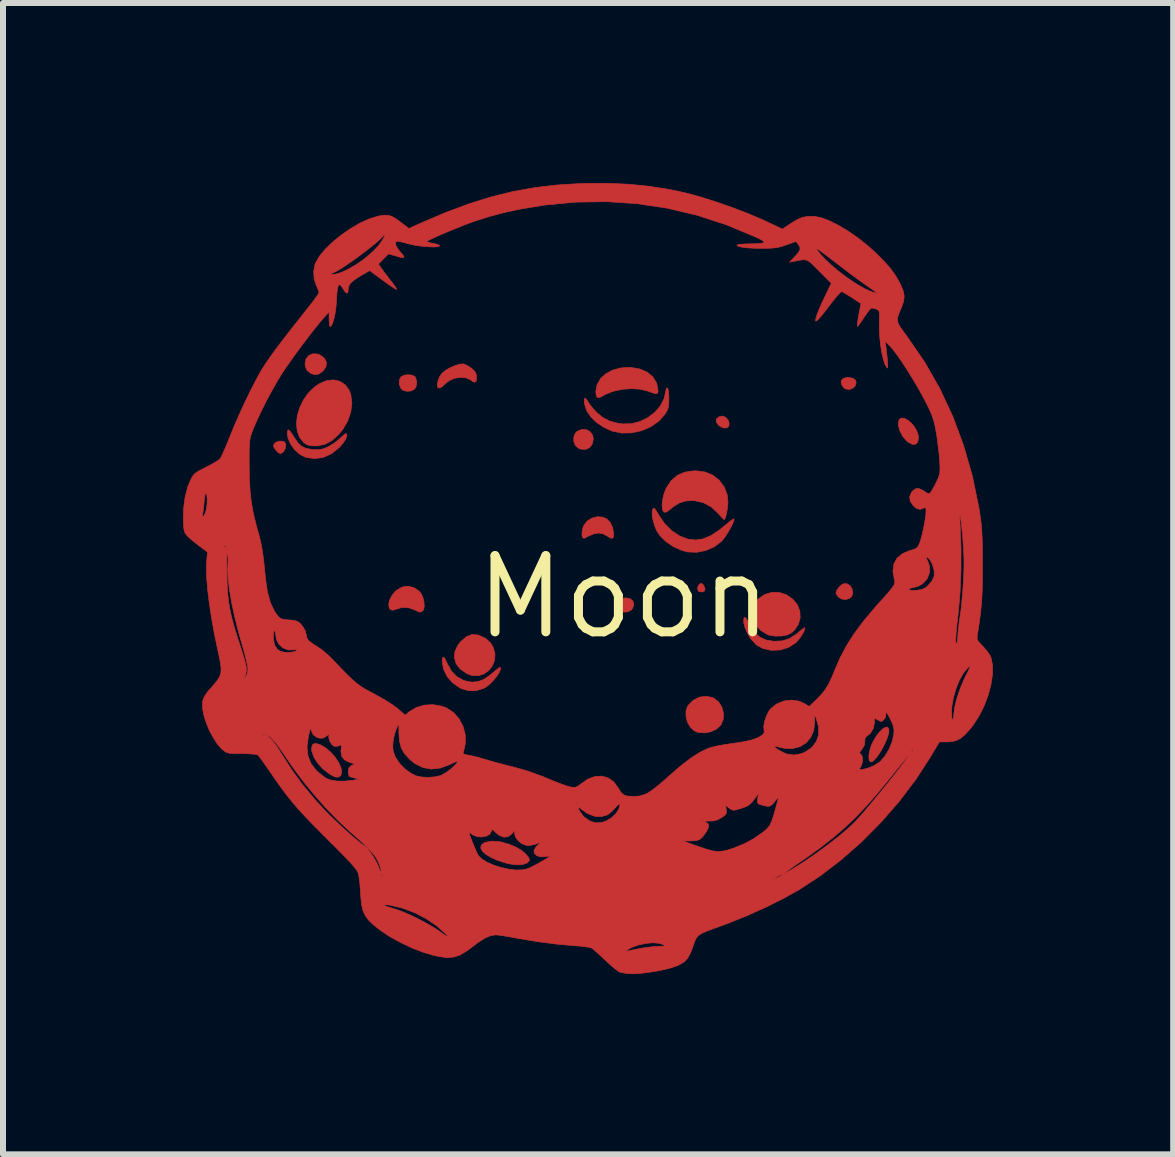
<source format=kicad_pcb>
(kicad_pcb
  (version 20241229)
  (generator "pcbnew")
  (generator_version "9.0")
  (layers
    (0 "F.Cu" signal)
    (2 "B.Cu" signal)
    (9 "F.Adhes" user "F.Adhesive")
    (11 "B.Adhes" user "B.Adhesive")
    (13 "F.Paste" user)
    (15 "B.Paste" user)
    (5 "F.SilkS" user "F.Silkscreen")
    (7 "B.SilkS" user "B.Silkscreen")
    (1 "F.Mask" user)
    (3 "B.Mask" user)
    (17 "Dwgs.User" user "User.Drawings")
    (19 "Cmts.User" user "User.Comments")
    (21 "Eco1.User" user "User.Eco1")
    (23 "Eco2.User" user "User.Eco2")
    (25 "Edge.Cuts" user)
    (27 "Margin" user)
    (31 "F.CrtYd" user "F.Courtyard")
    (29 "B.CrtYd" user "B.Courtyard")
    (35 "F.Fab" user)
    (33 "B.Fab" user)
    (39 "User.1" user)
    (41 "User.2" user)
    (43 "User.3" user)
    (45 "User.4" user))
  (footprint "Moon"
    (layer "F.Cu")
    (at 7.347 6.901)
    (property "Reference" "Moon" (at 0 0 0) (layer "F.SilkS") (effects (font (size 1.27 1.27) (thickness 0.15))))
    (attr through_hole)
    (fp_poly (pts (xy 1.317 -0.212) (xy 1.325 -0.202) (xy 1.353 -0.146) (xy 1.349 -0.105) (xy 1.315 -0.085) (xy 1.305 -0.085) (xy 1.261 -0.09) (xy 1.242 -0.099) (xy 1.228 -0.139) (xy 1.24 -0.187) (xy 1.262 -0.214) (xy 1.292 -0.23) (xy 1.317 -0.212)) (stroke (width 0.01) (type solid)) (fill yes) (layer "F.Cu"))
    (fp_poly (pts (xy 1.699 -2.995) (xy 1.739 -2.95) (xy 1.756 -2.892) (xy 1.749 -2.847) (xy 1.72 -2.82) (xy 1.67 -2.818) (xy 1.614 -2.838) (xy 1.576 -2.867) (xy 1.54 -2.921) (xy 1.545 -2.969) (xy 1.589 -3.006) (xy 1.646 -3.017) (xy 1.699 -2.995)) (stroke (width 0.01) (type solid)) (fill yes) (layer "F.Cu"))
    (fp_poly (pts (xy 3.804 -3.651) (xy 3.855 -3.622) (xy 3.873 -3.58) (xy 3.856 -3.52) (xy 3.811 -3.477) (xy 3.753 -3.459) (xy 3.693 -3.47) (xy 3.664 -3.491) (xy 3.625 -3.55) (xy 3.624 -3.604) (xy 3.658 -3.644) (xy 3.723 -3.662) (xy 3.731 -3.662) (xy 3.804 -3.651)) (stroke (width 0.01) (type solid)) (fill yes) (layer "F.Cu"))
    (fp_poly (pts (xy -0.628 -2.791) (xy -0.564 -2.759) (xy -0.521 -2.702) (xy -0.508 -2.638) (xy -0.525 -2.552) (xy -0.571 -2.491) (xy -0.638 -2.461) (xy -0.719 -2.466) (xy -0.755 -2.48) (xy -0.808 -2.527) (xy -0.834 -2.593) (xy -0.834 -2.667) (xy -0.807 -2.732) (xy -0.776 -2.763) (xy -0.702 -2.794) (xy -0.628 -2.791)) (stroke (width 0.01) (type solid)) (fill yes) (layer "F.Cu"))
    (fp_poly (pts (xy 3.72 -0.222) (xy 3.77 -0.19) (xy 3.804 -0.137) (xy 3.816 -0.073) (xy 3.802 -0.019) (xy 3.761 0.023) (xy 3.699 0.041) (xy 3.632 0.033) (xy 3.578 0.001) (xy 3.547 -0.04) (xy 3.535 -0.071) (xy 3.55 -0.114) (xy 3.588 -0.165) (xy 3.633 -0.207) (xy 3.662 -0.222) (xy 3.72 -0.222)) (stroke (width 0.01) (type solid)) (fill yes) (layer "F.Cu"))
    (fp_poly (pts (xy -5.659 -2.588) (xy -5.638 -2.558) (xy -5.634 -2.533) (xy -5.642 -2.475) (xy -5.671 -2.424) (xy -5.713 -2.394) (xy -5.727 -2.392) (xy -5.758 -2.407) (xy -5.796 -2.444) (xy -5.798 -2.448) (xy -5.832 -2.496) (xy -5.838 -2.529) (xy -5.818 -2.561) (xy -5.808 -2.571) (xy -5.756 -2.597) (xy -5.707 -2.599) (xy -5.659 -2.588)) (stroke (width 0.01) (type solid)) (fill yes) (layer "F.Cu"))
    (fp_poly (pts (xy -5.101 -4.05) (xy -5.062 -4.034) (xy -4.989 -3.979) (xy -4.956 -3.913) (xy -4.964 -3.841) (xy -5.012 -3.769) (xy -5.015 -3.766) (xy -5.087 -3.716) (xy -5.161 -3.708) (xy -5.218 -3.729) (xy -5.281 -3.78) (xy -5.309 -3.849) (xy -5.313 -3.895) (xy -5.295 -3.973) (xy -5.248 -4.028) (xy -5.18 -4.055) (xy -5.101 -4.05)) (stroke (width 0.01) (type solid)) (fill yes) (layer "F.Cu"))
    (fp_poly (pts (xy 0.108 0.028) (xy 0.153 0.069) (xy 0.168 0.124) (xy 0.149 0.185) (xy 0.127 0.212) (xy 0.068 0.246) (xy 0.000201 0.251) (xy -0.059 0.226) (xy -0.071 0.215) (xy -0.1 0.159) (xy -0.102 0.096) (xy -0.077 0.045) (xy -0.072 0.041) (xy -0.028 0.021) (xy 0.032 0.013) (xy 0.036 0.013) (xy 0.108 0.028)) (stroke (width 0.01) (type solid)) (fill yes) (layer "F.Cu"))
    (fp_poly (pts (xy -3.536 -3.7) (xy -3.486 -3.679) (xy -3.472 -3.663) (xy -3.452 -3.594) (xy -3.457 -3.523) (xy -3.485 -3.468) (xy -3.489 -3.464) (xy -3.547 -3.435) (xy -3.616 -3.429) (xy -3.68 -3.447) (xy -3.714 -3.476) (xy -3.742 -3.543) (xy -3.742 -3.613) (xy -3.715 -3.669) (xy -3.713 -3.671) (xy -3.666 -3.696) (xy -3.602 -3.705) (xy -3.536 -3.7)) (stroke (width 0.01) (type solid)) (fill yes) (layer "F.Cu"))
    (fp_poly (pts (xy 4.679 -2.977) (xy 4.734 -2.948) (xy 4.789 -2.902) (xy 4.84 -2.842) (xy 4.881 -2.773) (xy 4.906 -2.699) (xy 4.911 -2.652) (xy 4.898 -2.583) (xy 4.862 -2.547) (xy 4.809 -2.546) (xy 4.741 -2.581) (xy 4.712 -2.604) (xy 4.648 -2.679) (xy 4.6 -2.771) (xy 4.576 -2.864) (xy 4.576 -2.913) (xy 4.594 -2.964) (xy 4.63 -2.984) (xy 4.679 -2.977)) (stroke (width 0.01) (type solid)) (fill yes) (layer "F.Cu"))
    (fp_poly (pts (xy -5.09 2.45) (xy -5.048 2.467) (xy -4.96 2.521) (xy -4.879 2.592) (xy -4.808 2.674) (xy -4.751 2.76) (xy -4.714 2.843) (xy -4.701 2.915) (xy -4.716 2.97) (xy -4.724 2.98) (xy -4.762 3.002) (xy -4.811 2.998) (xy -4.878 2.965) (xy -4.917 2.94) (xy -5.02 2.859) (xy -5.105 2.764) (xy -5.167 2.665) (xy -5.2 2.57) (xy -5.203 2.512) (xy -5.187 2.459) (xy -5.151 2.438) (xy -5.09 2.45)) (stroke (width 0.01) (type solid)) (fill yes) (layer "F.Cu"))
    (fp_poly (pts (xy -2.439 0.63) (xy -2.418 0.636) (xy -2.303 0.689) (xy -2.22 0.765) (xy -2.175 0.842) (xy -2.147 0.95) (xy -2.154 1.053) (xy -2.191 1.147) (xy -2.252 1.224) (xy -2.332 1.281) (xy -2.425 1.311) (xy -2.526 1.309) (xy -2.614 1.277) (xy -2.723 1.202) (xy -2.794 1.112) (xy -2.824 1.013) (xy -2.815 0.908) (xy -2.765 0.801) (xy -2.717 0.741) (xy -2.627 0.663) (xy -2.535 0.626) (xy -2.439 0.63)) (stroke (width 0.01) (type solid)) (fill yes) (layer "F.Cu"))
    (fp_poly (pts (xy -2.058 4.079) (xy -1.913 4.119) (xy -1.791 4.171) (xy -1.714 4.217) (xy -1.647 4.271) (xy -1.597 4.325) (xy -1.573 4.371) (xy -1.574 4.391) (xy -1.611 4.432) (xy -1.681 4.456) (xy -1.775 4.463) (xy -1.889 4.45) (xy -1.964 4.433) (xy -2.1 4.39) (xy -2.212 4.341) (xy -2.299 4.288) (xy -2.357 4.235) (xy -2.384 4.184) (xy -2.378 4.138) (xy -2.334 4.1) (xy -2.303 4.087) (xy -2.191 4.068) (xy -2.058 4.079)) (stroke (width 0.01) (type solid)) (fill yes) (layer "F.Cu"))
    (fp_poly (pts (xy 1.475 1.674) (xy 1.503 1.687) (xy 1.581 1.749) (xy 1.634 1.835) (xy 1.661 1.934) (xy 1.658 2.034) (xy 1.621 2.125) (xy 1.614 2.136) (xy 1.541 2.202) (xy 1.445 2.246) (xy 1.338 2.264) (xy 1.236 2.254) (xy 1.182 2.233) (xy 1.113 2.174) (xy 1.063 2.091) (xy 1.037 1.996) (xy 1.036 1.9) (xy 1.064 1.817) (xy 1.074 1.803) (xy 1.158 1.72) (xy 1.259 1.669) (xy 1.368 1.653) (xy 1.475 1.674)) (stroke (width 0.01) (type solid)) (fill yes) (layer "F.Cu"))
    (fp_poly (pts (xy 4.416 2.192) (xy 4.418 2.248) (xy 4.417 2.259) (xy 4.393 2.342) (xy 4.351 2.442) (xy 4.297 2.546) (xy 4.238 2.638) (xy 4.212 2.672) (xy 4.164 2.726) (xy 4.132 2.748) (xy 4.109 2.745) (xy 4.099 2.738) (xy 4.084 2.696) (xy 4.086 2.629) (xy 4.102 2.546) (xy 4.131 2.459) (xy 4.148 2.421) (xy 4.201 2.329) (xy 4.257 2.254) (xy 4.31 2.201) (xy 4.358 2.171) (xy 4.394 2.167) (xy 4.416 2.192)) (stroke (width 0.01) (type solid)) (fill yes) (layer "F.Cu"))
    (fp_poly (pts (xy 2.589 -0.077) (xy 2.709 -0.038) (xy 2.815 0.035) (xy 2.894 0.131) (xy 2.935 0.239) (xy 2.939 0.351) (xy 2.907 0.459) (xy 2.838 0.557) (xy 2.787 0.601) (xy 2.72 0.632) (xy 2.628 0.649) (xy 2.527 0.651) (xy 2.435 0.638) (xy 2.392 0.624) (xy 2.281 0.555) (xy 2.198 0.466) (xy 2.15 0.362) (xy 2.138 0.278) (xy 2.148 0.176) (xy 2.185 0.095) (xy 2.242 0.03) (xy 2.348 -0.043) (xy 2.466 -0.078) (xy 2.589 -0.077)) (stroke (width 0.01) (type solid)) (fill yes) (layer "F.Cu"))
    (fp_poly (pts (xy -0.344 -1.33) (xy -0.285 -1.303) (xy -0.227 -1.243) (xy -0.186 -1.156) (xy -0.169 -1.057) (xy -0.169 -1.048) (xy -0.175 -0.995) (xy -0.197 -0.977) (xy -0.239 -0.992) (xy -0.273 -1.015) (xy -0.346 -1.055) (xy -0.419 -1.068) (xy -0.502 -1.053) (xy -0.602 -1.01) (xy -0.657 -0.98) (xy -0.681 -0.985) (xy -0.684 -0.987) (xy -0.697 -1.025) (xy -0.696 -1.086) (xy -0.681 -1.155) (xy -0.666 -1.194) (xy -0.61 -1.267) (xy -0.53 -1.316) (xy -0.437 -1.339) (xy -0.344 -1.33)) (stroke (width 0.01) (type solid)) (fill yes) (layer "F.Cu"))
    (fp_poly (pts (xy -3.5 -0.158) (xy -3.414 -0.1) (xy -3.38 -0.061) (xy -3.351 -0.000432) (xy -3.332 0.075) (xy -3.326 0.149) (xy -3.335 0.207) (xy -3.344 0.222) (xy -3.373 0.247) (xy -3.408 0.249) (xy -3.461 0.227) (xy -3.492 0.21) (xy -3.593 0.176) (xy -3.7 0.174) (xy -3.791 0.202) (xy -3.851 0.22) (xy -3.892 0.207) (xy -3.914 0.169) (xy -3.917 0.114) (xy -3.902 0.048) (xy -3.868 -0.021) (xy -3.816 -0.088) (xy -3.789 -0.113) (xy -3.697 -0.166) (xy -3.597 -0.181) (xy -3.5 -0.158)) (stroke (width 0.01) (type solid)) (fill yes) (layer "F.Cu"))
    (fp_poly (pts (xy -4.732 -3.596) (xy -4.644 -3.538) (xy -4.578 -3.447) (xy -4.55 -3.373) (xy -4.532 -3.234) (xy -4.55 -3.086) (xy -4.601 -2.937) (xy -4.683 -2.795) (xy -4.753 -2.711) (xy -4.863 -2.611) (xy -4.976 -2.549) (xy -5.097 -2.521) (xy -5.149 -2.519) (xy -5.228 -2.523) (xy -5.283 -2.54) (xy -5.331 -2.572) (xy -5.402 -2.658) (xy -5.443 -2.766) (xy -5.456 -2.888) (xy -5.442 -3.019) (xy -5.403 -3.152) (xy -5.342 -3.281) (xy -5.259 -3.399) (xy -5.156 -3.5) (xy -5.073 -3.557) (xy -4.951 -3.607) (xy -4.836 -3.62) (xy -4.732 -3.596)) (stroke (width 0.01) (type solid)) (fill yes) (layer "F.Cu"))
    (fp_poly (pts (xy 0.126 -3.826) (xy 0.271 -3.8) (xy 0.392 -3.747) (xy 0.484 -3.669) (xy 0.545 -3.569) (xy 0.566 -3.48) (xy 0.57 -3.426) (xy 0.562 -3.396) (xy 0.534 -3.389) (xy 0.481 -3.403) (xy 0.402 -3.432) (xy 0.275 -3.464) (xy 0.127 -3.474) (xy -0.028 -3.462) (xy -0.176 -3.43) (xy -0.303 -3.38) (xy -0.329 -3.365) (xy -0.396 -3.329) (xy -0.438 -3.325) (xy -0.459 -3.354) (xy -0.466 -3.419) (xy -0.466 -3.424) (xy -0.446 -3.537) (xy -0.39 -3.637) (xy -0.303 -3.719) (xy -0.19 -3.781) (xy -0.056 -3.818) (xy 0.094 -3.828) (xy 0.126 -3.826)) (stroke (width 0.01) (type solid)) (fill yes) (layer "F.Cu"))
    (fp_poly (pts (xy -2.67 -3.885) (xy -2.617 -3.863) (xy -2.555 -3.825) (xy -2.533 -3.808) (xy -2.483 -3.76) (xy -2.461 -3.716) (xy -2.455 -3.66) (xy -2.461 -3.601) (xy -2.482 -3.58) (xy -2.522 -3.595) (xy -2.555 -3.619) (xy -2.63 -3.654) (xy -2.723 -3.662) (xy -2.822 -3.646) (xy -2.912 -3.607) (xy -2.974 -3.557) (xy -3.028 -3.506) (xy -3.073 -3.483) (xy -3.101 -3.493) (xy -3.102 -3.494) (xy -3.109 -3.539) (xy -3.097 -3.604) (xy -3.07 -3.672) (xy -3.037 -3.721) (xy -2.982 -3.771) (xy -2.904 -3.818) (xy -2.818 -3.856) (xy -2.737 -3.881) (xy -2.675 -3.886) (xy -2.67 -3.885)) (stroke (width 0.01) (type solid)) (fill yes) (layer "F.Cu"))
    (fp_poly (pts (xy 2.039 0.355) (xy 2.068 0.403) (xy 2.093 0.453) (xy 2.169 0.577) (xy 2.259 0.663) (xy 2.368 0.715) (xy 2.5 0.737) (xy 2.637 0.731) (xy 2.758 0.693) (xy 2.875 0.619) (xy 2.919 0.581) (xy 2.968 0.54) (xy 3.004 0.515) (xy 3.016 0.511) (xy 3.016 0.538) (xy 2.995 0.588) (xy 2.959 0.648) (xy 2.915 0.708) (xy 2.868 0.759) (xy 2.861 0.765) (xy 2.742 0.84) (xy 2.605 0.882) (xy 2.46 0.888) (xy 2.321 0.858) (xy 2.214 0.8) (xy 2.123 0.705) (xy 2.069 0.618) (xy 2.021 0.514) (xy 1.998 0.426) (xy 2 0.362) (xy 2.006 0.349) (xy 2.019 0.338) (xy 2.039 0.355)) (stroke (width 0.01) (type solid)) (fill yes) (layer "F.Cu"))
    (fp_poly (pts (xy -5.561 -2.762) (xy -5.518 -2.7) (xy -5.499 -2.669) (xy -5.434 -2.574) (xy -5.371 -2.513) (xy -5.296 -2.478) (xy -5.2 -2.461) (xy -5.175 -2.459) (xy -5.088 -2.457) (xy -5.021 -2.467) (xy -4.952 -2.493) (xy -4.925 -2.506) (xy -4.842 -2.555) (xy -4.759 -2.618) (xy -4.724 -2.65) (xy -4.675 -2.695) (xy -4.638 -2.721) (xy -4.623 -2.725) (xy -4.615 -2.689) (xy -4.636 -2.632) (xy -4.682 -2.562) (xy -4.748 -2.488) (xy -4.873 -2.389) (xy -5.009 -2.328) (xy -5.152 -2.308) (xy -5.298 -2.328) (xy -5.302 -2.33) (xy -5.396 -2.376) (xy -5.482 -2.452) (xy -5.551 -2.546) (xy -5.597 -2.648) (xy -5.609 -2.728) (xy -5.604 -2.775) (xy -5.589 -2.787) (xy -5.561 -2.762)) (stroke (width 0.01) (type solid)) (fill yes) (layer "F.Cu"))
    (fp_poly (pts (xy -2.982 1.026) (xy -2.95 1.093) (xy -2.943 1.108) (xy -2.873 1.234) (xy -2.778 1.33) (xy -2.664 1.392) (xy -2.537 1.418) (xy -2.519 1.418) (xy -2.423 1.407) (xy -2.333 1.372) (xy -2.236 1.307) (xy -2.182 1.261) (xy -2.125 1.213) (xy -2.082 1.181) (xy -2.06 1.171) (xy -2.06 1.172) (xy -2.055 1.204) (xy -2.076 1.256) (xy -2.117 1.319) (xy -2.172 1.386) (xy -2.233 1.449) (xy -2.296 1.499) (xy -2.333 1.521) (xy -2.461 1.56) (xy -2.593 1.56) (xy -2.72 1.52) (xy -2.731 1.514) (xy -2.852 1.43) (xy -2.945 1.324) (xy -3.005 1.202) (xy -3.027 1.071) (xy -3.027 1.066) (xy -3.022 1.012) (xy -3.007 0.999) (xy -2.982 1.026)) (stroke (width 0.01) (type solid)) (fill yes) (layer "F.Cu"))
    (fp_poly (pts (xy 0.521 -1.465) (xy 0.551 -1.42) (xy 0.588 -1.357) (xy 0.682 -1.221) (xy 0.797 -1.107) (xy 0.928 -1.02) (xy 1.066 -0.966) (xy 1.198 -0.95) (xy 1.32 -0.969) (xy 1.45 -1.024) (xy 1.591 -1.116) (xy 1.691 -1.197) (xy 1.753 -1.249) (xy 1.803 -1.287) (xy 1.833 -1.303) (xy 1.837 -1.303) (xy 1.835 -1.277) (xy 1.815 -1.226) (xy 1.782 -1.159) (xy 1.74 -1.085) (xy 1.695 -1.014) (xy 1.652 -0.956) (xy 1.631 -0.932) (xy 1.509 -0.838) (xy 1.367 -0.776) (xy 1.214 -0.746) (xy 1.061 -0.752) (xy 0.963 -0.778) (xy 0.825 -0.841) (xy 0.703 -0.925) (xy 0.604 -1.022) (xy 0.549 -1.103) (xy 0.514 -1.186) (xy 0.489 -1.272) (xy 0.474 -1.354) (xy 0.472 -1.422) (xy 0.483 -1.468) (xy 0.504 -1.482) (xy 0.521 -1.465)) (stroke (width 0.01) (type solid)) (fill yes) (layer "F.Cu"))
    (fp_poly (pts (xy 1.353 -2.085) (xy 1.483 -2.031) (xy 1.591 -1.946) (xy 1.672 -1.837) (xy 1.722 -1.708) (xy 1.736 -1.588) (xy 1.732 -1.521) (xy 1.721 -1.445) (xy 1.707 -1.374) (xy 1.691 -1.319) (xy 1.676 -1.292) (xy 1.673 -1.291) (xy 1.654 -1.306) (xy 1.617 -1.345) (xy 1.572 -1.395) (xy 1.455 -1.504) (xy 1.322 -1.575) (xy 1.179 -1.607) (xy 1.138 -1.609) (xy 1.025 -1.6) (xy 0.928 -1.57) (xy 0.834 -1.512) (xy 0.786 -1.474) (xy 0.73 -1.43) (xy 0.695 -1.413) (xy 0.669 -1.417) (xy 0.662 -1.422) (xy 0.643 -1.462) (xy 0.638 -1.53) (xy 0.646 -1.615) (xy 0.666 -1.707) (xy 0.696 -1.792) (xy 0.707 -1.816) (xy 0.788 -1.939) (xy 0.89 -2.027) (xy 1.016 -2.082) (xy 1.168 -2.104) (xy 1.207 -2.104) (xy 1.353 -2.085)) (stroke (width 0.01) (type solid)) (fill yes) (layer "F.Cu"))
    (fp_poly (pts (xy 0.732 -3.48) (xy 0.743 -3.438) (xy 0.75 -3.364) (xy 0.751 -3.311) (xy 0.749 -3.223) (xy 0.742 -3.162) (xy 0.725 -3.114) (xy 0.695 -3.063) (xy 0.681 -3.043) (xy 0.578 -2.928) (xy 0.446 -2.837) (xy 0.294 -2.772) (xy 0.132 -2.737) (xy -0.032 -2.733) (xy -0.19 -2.765) (xy -0.201 -2.769) (xy -0.329 -2.827) (xy -0.446 -2.905) (xy -0.543 -2.996) (xy -0.61 -3.091) (xy -0.624 -3.122) (xy -0.649 -3.2) (xy -0.66 -3.261) (xy -0.659 -3.301) (xy -0.646 -3.315) (xy -0.623 -3.296) (xy -0.598 -3.256) (xy -0.564 -3.204) (xy -0.51 -3.139) (xy -0.454 -3.078) (xy -0.349 -2.991) (xy -0.233 -2.932) (xy -0.094 -2.896) (xy -0.02 -2.886) (xy 0.125 -2.889) (xy 0.267 -2.925) (xy 0.399 -2.989) (xy 0.515 -3.077) (xy 0.607 -3.182) (xy 0.669 -3.302) (xy 0.69 -3.389) (xy 0.703 -3.458) (xy 0.718 -3.488) (xy 0.732 -3.48)) (stroke (width 0.01) (type solid)) (fill yes) (layer "F.Cu"))
    (fp_poly (pts (xy 0.07 -6.881) (xy 0.402 -6.849) (xy 0.735 -6.797) (xy 0.921 -6.761) (xy 1.119 -6.713) (xy 1.343 -6.649) (xy 1.583 -6.571) (xy 1.829 -6.484) (xy 2.069 -6.392) (xy 2.293 -6.297) (xy 2.396 -6.25) (xy 2.643 -6.133) (xy 2.771 -6.219) (xy 2.883 -6.287) (xy 2.979 -6.328) (xy 3.071 -6.346) (xy 3.172 -6.346) (xy 3.288 -6.323) (xy 3.425 -6.272) (xy 3.577 -6.196) (xy 3.739 -6.099) (xy 3.904 -5.984) (xy 4.067 -5.855) (xy 4.195 -5.74) (xy 4.332 -5.603) (xy 4.441 -5.48) (xy 4.526 -5.362) (xy 4.596 -5.241) (xy 4.616 -5.201) (xy 4.657 -5.1) (xy 4.673 -5.017) (xy 4.665 -4.935) (xy 4.632 -4.838) (xy 4.622 -4.815) (xy 4.587 -4.733) (xy 4.566 -4.67) (xy 4.56 -4.618) (xy 4.571 -4.566) (xy 4.602 -4.508) (xy 4.654 -4.433) (xy 4.728 -4.333) (xy 5.014 -3.917) (xy 5.265 -3.477) (xy 5.482 -3.014) (xy 5.662 -2.529) (xy 5.808 -2.022) (xy 5.917 -1.495) (xy 5.941 -1.344) (xy 5.954 -1.243) (xy 5.964 -1.135) (xy 5.971 -1.014) (xy 5.976 -0.871) (xy 5.978 -0.699) (xy 5.979 -0.529) (xy 5.978 -0.329) (xy 5.975 -0.16) (xy 5.969 -0.012) (xy 5.959 0.126) (xy 5.945 0.264) (xy 5.926 0.414) (xy 5.9 0.585) (xy 5.892 0.639) (xy 5.888 0.682) (xy 5.896 0.718) (xy 5.922 0.756) (xy 5.973 0.81) (xy 5.986 0.823) (xy 6.045 0.89) (xy 6.094 0.958) (xy 6.12 1.01) (xy 6.146 1.137) (xy 6.145 1.289) (xy 6.12 1.456) (xy 6.074 1.631) (xy 6.008 1.807) (xy 5.925 1.975) (xy 5.827 2.129) (xy 5.77 2.201) (xy 5.684 2.295) (xy 5.609 2.357) (xy 5.534 2.394) (xy 5.45 2.411) (xy 5.387 2.414) (xy 5.26 2.414) (xy 5.101 2.68) (xy 4.862 3.047) (xy 4.589 3.407) (xy 4.288 3.752) (xy 3.964 4.079) (xy 3.623 4.379) (xy 3.271 4.649) (xy 2.943 4.864) (xy 2.676 5.015) (xy 2.378 5.164) (xy 2.06 5.308) (xy 1.734 5.439) (xy 1.587 5.493) (xy 1.458 5.539) (xy 1.362 5.576) (xy 1.293 5.609) (xy 1.246 5.641) (xy 1.212 5.679) (xy 1.187 5.726) (xy 1.165 5.788) (xy 1.152 5.824) (xy 1.109 5.939) (xy 1.063 6.02) (xy 1.006 6.08) (xy 0.93 6.126) (xy 0.899 6.141) (xy 0.804 6.175) (xy 0.682 6.207) (xy 0.544 6.235) (xy 0.401 6.257) (xy 0.264 6.273) (xy 0.145 6.279) (xy 0.053 6.275) (xy 0.042 6.273) (xy -0.022 6.261) (xy -0.061 6.253) (xy -0.096 6.234) (xy -0.152 6.192) (xy -0.223 6.132) (xy -0.3 6.06) (xy -0.305 6.056) (xy -0.382 5.983) (xy -0.452 5.92) (xy -0.48 5.895) (xy 0.044 5.895) (xy 0.05 5.903) (xy 0.082 5.896) (xy 0.12 5.887) (xy 0.187 5.873) (xy 0.271 5.857) (xy 0.299 5.852) (xy 0.399 5.837) (xy 0.501 5.826) (xy 0.583 5.82) (xy 0.593 5.82) (xy 0.657 5.818) (xy 0.683 5.812) (xy 0.676 5.801) (xy 0.672 5.798) (xy 0.592 5.771) (xy 0.485 5.762) (xy 0.365 5.772) (xy 0.243 5.799) (xy 0.13 5.841) (xy 0.122 5.845) (xy 0.069 5.875) (xy 0.044 5.895) (xy -0.48 5.895) (xy -0.506 5.873) (xy -0.539 5.849) (xy -0.54 5.848) (xy -0.578 5.838) (xy -0.647 5.827) (xy -0.737 5.817) (xy -0.804 5.812) (xy -1.106 5.786) (xy -1.424 5.745) (xy -1.734 5.694) (xy -1.799 5.682) (xy -1.907 5.662) (xy -2.006 5.646) (xy -2.086 5.635) (xy -2.136 5.63) (xy -2.136 5.63) (xy -2.221 5.644) (xy -2.318 5.686) (xy -2.432 5.759) (xy -2.525 5.83) (xy -2.641 5.915) (xy -2.742 5.971) (xy -2.838 6.001) (xy -2.938 6.008) (xy -2.991 6.005) (xy -3.152 5.977) (xy -3.334 5.924) (xy -3.526 5.85) (xy -3.718 5.759) (xy -3.902 5.658) (xy -4.066 5.548) (xy -4.183 5.454) (xy -4.258 5.38) (xy -4.311 5.306) (xy -4.348 5.225) (xy -4.369 5.132) (xy -3.991 5.132) (xy -3.978 5.145) (xy -3.931 5.164) (xy -3.852 5.188) (xy -3.831 5.194) (xy -3.727 5.229) (xy -3.6 5.281) (xy -3.46 5.347) (xy -3.319 5.42) (xy -3.188 5.495) (xy -3.08 5.565) (xy -2.999 5.622) (xy -2.949 5.655) (xy -2.927 5.666) (xy -2.93 5.657) (xy -2.954 5.629) (xy -2.965 5.617) (xy -3.111 5.485) (xy -3.288 5.364) (xy -3.483 5.262) (xy -3.687 5.185) (xy -3.887 5.137) (xy -3.905 5.134) (xy -3.967 5.128) (xy -3.991 5.132) (xy -4.369 5.132) (xy -4.371 5.124) (xy -4.384 4.995) (xy -4.388 4.932) (xy -4.395 4.825) (xy -4.405 4.726) (xy -4.407 4.71) (xy 2.477 4.71) (xy 2.487 4.72) (xy 2.498 4.71) (xy 2.487 4.699) (xy 2.477 4.71) (xy -4.407 4.71) (xy -4.41 4.69) (xy 2.519 4.69) (xy 2.535 4.688) (xy 2.575 4.671) (xy 2.582 4.667) (xy 2.625 4.642) (xy 2.646 4.625) (xy 2.646 4.624) (xy 2.63 4.625) (xy 2.59 4.642) (xy 2.582 4.646) (xy 2.539 4.671) (xy 2.519 4.688) (xy 2.519 4.69) (xy -4.41 4.69) (xy -4.416 4.646) (xy -4.418 4.636) (xy -4.043 4.636) (xy -4.035 4.653) (xy -4.029 4.65) (xy -4.026 4.624) (xy -4.029 4.621) (xy -4.041 4.624) (xy -4.043 4.636) (xy -4.418 4.636) (xy -4.424 4.606) (xy -4.427 4.6) (xy 2.678 4.6) (xy 2.678 4.605) (xy 2.708 4.591) (xy 2.761 4.562) (xy 2.83 4.521) (xy 2.909 4.472) (xy 2.991 4.419) (xy 3.027 4.395) (xy 3.225 4.259) (xy 3.412 4.121) (xy 3.582 3.989) (xy 3.727 3.866) (xy 3.842 3.758) (xy 3.902 3.694) (xy 3.983 3.602) (xy 4.08 3.489) (xy 4.185 3.363) (xy 4.296 3.229) (xy 4.405 3.094) (xy 4.508 2.965) (xy 4.599 2.847) (xy 4.674 2.749) (xy 4.702 2.709) (xy 4.738 2.658) (xy 4.748 2.639) (xy 4.734 2.652) (xy 4.695 2.696) (xy 4.633 2.772) (xy 4.547 2.878) (xy 4.462 2.985) (xy 4.256 3.237) (xy 4.064 3.459) (xy 3.876 3.657) (xy 3.688 3.838) (xy 3.49 4.008) (xy 3.276 4.176) (xy 3.04 4.346) (xy 2.942 4.413) (xy 2.852 4.475) (xy 2.774 4.53) (xy 2.715 4.572) (xy 2.681 4.597) (xy 2.678 4.6) (xy -4.427 4.6) (xy -4.437 4.576) (xy -4.462 4.538) (xy -4.502 4.488) (xy -4.559 4.423) (xy -4.637 4.341) (xy -4.738 4.237) (xy -4.866 4.109) (xy -4.931 4.045) (xy -5.098 3.877) (xy -5.24 3.732) (xy -5.361 3.604) (xy -5.466 3.487) (xy -5.561 3.373) (xy -5.651 3.258) (xy -5.741 3.136) (xy -5.837 2.999) (xy -5.886 2.927) (xy -5.952 2.831) (xy -6.011 2.747) (xy -6.06 2.681) (xy -6.092 2.641) (xy -6.101 2.631) (xy -6.122 2.624) (xy -6.162 2.619) (xy -6.228 2.614) (xy -6.323 2.61) (xy -6.452 2.607) (xy -6.571 2.605) (xy -6.635 2.584) (xy -6.705 2.529) (xy -6.776 2.446) (xy -6.844 2.342) (xy -6.862 2.307) (xy -5.933 2.307) (xy -5.93 2.319) (xy -5.902 2.348) (xy -5.887 2.361) (xy -5.848 2.403) (xy -5.796 2.471) (xy -5.741 2.553) (xy -5.712 2.6) (xy -5.539 2.872) (xy -5.356 3.125) (xy -5.151 3.371) (xy -4.99 3.547) (xy -4.912 3.627) (xy -4.82 3.716) (xy -4.72 3.81) (xy -4.618 3.903) (xy -4.522 3.988) (xy -4.436 4.061) (xy -4.368 4.116) (xy -4.323 4.146) (xy -4.322 4.147) (xy -4.281 4.182) (xy -4.229 4.245) (xy -4.176 4.325) (xy -4.127 4.409) (xy -4.09 4.488) (xy -4.08 4.517) (xy -4.063 4.564) (xy -4.05 4.575) (xy -4.047 4.567) (xy -4.051 4.528) (xy -4.071 4.467) (xy -4.092 4.415) (xy -4.123 4.356) (xy -4.164 4.296) (xy -4.22 4.23) (xy -4.294 4.153) (xy -4.392 4.062) (xy -4.517 3.95) (xy -4.552 3.92) (xy -2.582 3.92) (xy -2.574 3.949) (xy -2.554 4.006) (xy -2.526 4.079) (xy -2.494 4.157) (xy -2.463 4.23) (xy -2.438 4.285) (xy -2.425 4.308) (xy -2.37 4.364) (xy -2.281 4.418) (xy -2.17 4.467) (xy -2.045 4.507) (xy -1.916 4.536) (xy -1.793 4.549) (xy -1.776 4.549) (xy -1.696 4.547) (xy -1.631 4.536) (xy -1.565 4.511) (xy -1.491 4.474) (xy -1.411 4.431) (xy -1.337 4.389) (xy -1.284 4.357) (xy -1.282 4.356) (xy -1.217 4.314) (xy -1.31 4.327) (xy -1.391 4.33) (xy -1.45 4.309) (xy -1.453 4.308) (xy -1.494 4.266) (xy -1.496 4.218) (xy -1.46 4.16) (xy -1.445 4.144) (xy -1.387 4.083) (xy -1.47 4.118) (xy -1.572 4.142) (xy -1.626 4.138) (xy -1.7 4.109) (xy -1.755 4.065) (xy 0.984 4.065) (xy 1.249 4.159) (xy 1.376 4.202) (xy 1.476 4.229) (xy 1.559 4.241) (xy 1.638 4.237) (xy 1.723 4.218) (xy 1.827 4.185) (xy 1.851 4.176) (xy 2.017 4.108) (xy 2.166 4.026) (xy 2.303 3.931) (xy 2.351 3.893) (xy 2.389 3.859) (xy 2.42 3.822) (xy 2.447 3.777) (xy 2.472 3.716) (xy 2.499 3.633) (xy 2.53 3.523) (xy 2.569 3.379) (xy 2.575 3.355) (xy 2.571 3.346) (xy 2.547 3.368) (xy 2.519 3.403) (xy 2.473 3.458) (xy 2.432 3.485) (xy 2.383 3.487) (xy 2.309 3.469) (xy 2.302 3.467) (xy 2.249 3.449) (xy 2.228 3.428) (xy 2.227 3.388) (xy 2.232 3.357) (xy 2.246 3.272) (xy 2.185 3.356) (xy 2.135 3.42) (xy 2.091 3.462) (xy 2.039 3.492) (xy 1.964 3.519) (xy 1.942 3.526) (xy 1.874 3.546) (xy 1.831 3.553) (xy 1.801 3.546) (xy 1.767 3.525) (xy 1.758 3.518) (xy 1.696 3.472) (xy 1.708 3.544) (xy 1.711 3.589) (xy 1.699 3.62) (xy 1.663 3.653) (xy 1.628 3.676) (xy 1.555 3.716) (xy 1.484 3.732) (xy 1.43 3.733) (xy 1.371 3.733) (xy 1.349 3.737) (xy 1.36 3.747) (xy 1.371 3.752) (xy 1.408 3.782) (xy 1.414 3.827) (xy 1.387 3.89) (xy 1.363 3.929) (xy 1.311 4) (xy 1.263 4.041) (xy 1.203 4.06) (xy 1.117 4.065) (xy 1.112 4.065) (xy 0.984 4.065) (xy -1.755 4.065) (xy -1.764 4.058) (xy -1.808 3.997) (xy -1.82 3.946) (xy -1.82 3.889) (xy -1.864 3.945) (xy -1.925 3.992) (xy -1.996 4.002) (xy -2.073 3.974) (xy -2.128 3.93) (xy -2.171 3.889) (xy -2.193 3.876) (xy -2.203 3.888) (xy -2.206 3.903) (xy -2.232 3.95) (xy -2.286 3.982) (xy -2.358 3.998) (xy -2.434 3.995) (xy -2.504 3.971) (xy -2.527 3.957) (xy -2.564 3.929) (xy -2.582 3.919) (xy -2.582 3.92) (xy -4.552 3.92) (xy -4.566 3.907) (xy -4.76 3.727) (xy -4.962 3.518) (xy -4.974 3.505) (xy -0.759 3.505) (xy -0.752 3.533) (xy -0.732 3.573) (xy -0.672 3.656) (xy -0.582 3.723) (xy -0.561 3.734) (xy -0.466 3.764) (xy -0.364 3.756) (xy -0.301 3.735) (xy -0.266 3.715) (xy 1.291 3.715) (xy 1.302 3.725) (xy 1.312 3.715) (xy 1.302 3.704) (xy 1.291 3.715) (xy -0.266 3.715) (xy -0.21 3.683) (xy -0.135 3.613) (xy -0.083 3.535) (xy -0.064 3.459) (xy -0.064 3.458) (xy -0.073 3.447) (xy -0.104 3.471) (xy -0.14 3.51) (xy -0.195 3.567) (xy -0.251 3.614) (xy -0.276 3.631) (xy -0.378 3.66) (xy -0.489 3.653) (xy -0.603 3.609) (xy -0.693 3.547) (xy -0.74 3.51) (xy -0.759 3.505) (xy -4.974 3.505) (xy -5.033 3.438) (xy -0.781 3.438) (xy -0.778 3.465) (xy -0.77 3.466) (xy -0.765 3.437) (xy -0.769 3.425) (xy -0.778 3.417) (xy -0.781 3.438) (xy -5.033 3.438) (xy -5.163 3.291) (xy -5.355 3.056) (xy -5.527 2.823) (xy -5.626 2.678) (xy -5.702 2.565) (xy -5.752 2.497) (xy -5.28 2.497) (xy -5.264 2.648) (xy -5.209 2.783) (xy -5.115 2.902) (xy -4.981 3.007) (xy -4.953 3.025) (xy -4.879 3.052) (xy -4.777 3.067) (xy -4.657 3.068) (xy -4.533 3.056) (xy -4.498 3.05) (xy -4.413 3.034) (xy -4.477 3.018) (xy -4.531 3.004) (xy -4.567 2.994) (xy -4.584 2.969) (xy -4.593 2.92) (xy -4.593 2.912) (xy -4.585 2.854) (xy -4.554 2.818) (xy -4.539 2.809) (xy -4.484 2.781) (xy -4.57 2.755) (xy -4.655 2.714) (xy -4.703 2.652) (xy -4.715 2.568) (xy -4.712 2.539) (xy -4.708 2.512) (xy -3.851 2.512) (xy -3.841 2.577) (xy -3.816 2.646) (xy -3.802 2.675) (xy -3.738 2.771) (xy -3.648 2.864) (xy -3.545 2.939) (xy -3.461 2.98) (xy -3.371 2.999) (xy -3.263 3.005) (xy -3.154 2.997) (xy -3.061 2.977) (xy -3.027 2.963) (xy -2.953 2.919) (xy -2.879 2.863) (xy -2.815 2.805) (xy -2.776 2.757) (xy -2.774 2.754) (xy -2.776 2.741) (xy -2.809 2.749) (xy -2.874 2.778) (xy -2.9 2.791) (xy -3.057 2.85) (xy -3.206 2.867) (xy -3.347 2.842) (xy -3.48 2.776) (xy -3.564 2.709) (xy -3.652 2.614) (xy -3.709 2.516) (xy -3.739 2.402) (xy -3.748 2.274) (xy -3.75 2.106) (xy -3.793 2.201) (xy -3.819 2.276) (xy -3.84 2.369) (xy -3.847 2.427) (xy -3.851 2.512) (xy -4.708 2.512) (xy -4.705 2.486) (xy -4.709 2.466) (xy -4.73 2.471) (xy -4.742 2.477) (xy -4.795 2.49) (xy -4.829 2.486) (xy -4.868 2.456) (xy -4.901 2.401) (xy -4.918 2.343) (xy -4.915 2.308) (xy -4.911 2.287) (xy -4.926 2.295) (xy -4.944 2.309) (xy -5.006 2.349) (xy -5.065 2.354) (xy -5.117 2.338) (xy -5.176 2.296) (xy -5.203 2.24) (xy -5.212 2.207) (xy -5.221 2.198) (xy -5.231 2.218) (xy -5.245 2.271) (xy -5.258 2.328) (xy -5.28 2.497) (xy -5.752 2.497) (xy -5.774 2.466) (xy -5.839 2.387) (xy -5.892 2.332) (xy -5.927 2.308) (xy -5.933 2.307) (xy -6.862 2.307) (xy -6.865 2.302) (xy -6.023 2.302) (xy -6.003 2.305) (xy -5.975 2.302) (xy -5.975 2.294) (xy -6.003 2.289) (xy -6.015 2.293) (xy -6.023 2.302) (xy -6.865 2.302) (xy -6.906 2.225) (xy -6.958 2.101) (xy -6.998 1.977) (xy -7.02 1.86) (xy -7.023 1.757) (xy -7.019 1.73) (xy -6.99 1.657) (xy -6.931 1.572) (xy -6.904 1.541) (xy -6.828 1.456) (xy -6.773 1.387) (xy -6.772 1.386) (xy -6.35 1.386) (xy -6.339 1.397) (xy -6.329 1.386) (xy -6.339 1.376) (xy -6.35 1.386) (xy -6.772 1.386) (xy -6.736 1.327) (xy -6.716 1.265) (xy -6.712 1.196) (xy -6.721 1.109) (xy -6.742 0.997) (xy -6.772 0.862) (xy -6.826 0.601) (xy -6.871 0.348) (xy -6.908 0.107) (xy -6.935 -0.116) (xy -6.952 -0.314) (xy -6.957 -0.482) (xy -6.955 -0.537) (xy -6.617 -0.537) (xy -6.616 -0.396) (xy -6.615 -0.392) (xy -6.611 -0.22) (xy -6.603 -0.072) (xy -6.589 0.063) (xy -6.568 0.192) (xy -6.539 0.327) (xy -6.5 0.474) (xy -6.448 0.645) (xy -6.393 0.814) (xy -6.349 0.951) (xy -6.318 1.054) (xy -6.299 1.132) (xy -6.29 1.191) (xy -6.291 1.239) (xy -6.3 1.281) (xy -6.308 1.306) (xy -6.321 1.345) (xy -6.316 1.348) (xy -6.297 1.324) (xy -6.277 1.277) (xy -6.266 1.211) (xy -6.266 1.197) (xy -6.272 1.147) (xy -6.289 1.065) (xy -6.314 0.963) (xy -6.345 0.849) (xy -6.36 0.799) (xy -6.398 0.666) (xy -5.841 0.666) (xy -5.835 0.73) (xy -5.822 0.79) (xy -5.818 0.803) (xy -5.773 0.872) (xy -5.728 0.902) (xy -5.665 0.919) (xy -5.588 0.923) (xy -5.516 0.916) (xy -5.463 0.898) (xy -5.455 0.891) (xy -5.448 0.876) (xy -5.475 0.876) (xy -5.497 0.88) (xy -5.594 0.881) (xy -5.681 0.847) (xy -5.75 0.785) (xy -5.791 0.703) (xy -5.8 0.642) (xy -5.806 0.591) (xy -5.82 0.561) (xy -5.821 0.561) (xy -5.834 0.57) (xy -5.841 0.608) (xy -5.841 0.666) (xy -6.398 0.666) (xy -6.428 0.558) (xy -6.487 0.322) (xy -6.535 0.099) (xy -6.57 -0.106) (xy -6.593 -0.288) (xy -6.602 -0.441) (xy -6.598 -0.55) (xy -6.595 -0.632) (xy -6.602 -0.714) (xy -6.605 -0.73) (xy -6.611 -0.741) (xy -6.615 -0.712) (xy -6.617 -0.643) (xy -6.617 -0.537) (xy -6.955 -0.537) (xy -6.953 -0.593) (xy -6.939 -0.751) (xy -7.073 -0.85) (xy -7.088 -0.862) (xy -6.664 -0.862) (xy -6.659 -0.85) (xy -6.638 -0.827) (xy -6.625 -0.832) (xy -6.625 -0.835) (xy -6.64 -0.853) (xy -6.65 -0.859) (xy -6.664 -0.862) (xy -7.088 -0.862) (xy -7.148 -0.908) (xy -7.218 -0.966) (xy -7.269 -1.013) (xy -7.271 -1.015) (xy -7.301 -1.05) (xy -7.32 -1.083) (xy -7.331 -1.127) (xy -7.338 -1.191) (xy -7.342 -1.281) (xy -7.34 -1.342) (xy -7.025 -1.342) (xy -7.015 -1.337) (xy -6.994 -1.364) (xy -6.973 -1.407) (xy -6.956 -1.471) (xy -6.946 -1.551) (xy -6.944 -1.633) (xy -6.95 -1.7) (xy -6.961 -1.732) (xy -6.972 -1.728) (xy -6.983 -1.685) (xy -6.992 -1.608) (xy -6.994 -1.594) (xy -7.002 -1.509) (xy -7.011 -1.434) (xy -7.019 -1.385) (xy -7.02 -1.381) (xy -7.025 -1.342) (xy -7.34 -1.342) (xy -7.337 -1.475) (xy -7.312 -1.664) (xy -7.268 -1.835) (xy -7.222 -1.947) (xy -7.194 -2.001) (xy -7.167 -2.04) (xy -7.131 -2.072) (xy -7.077 -2.106) (xy -6.996 -2.147) (xy -6.964 -2.164) (xy -6.877 -2.209) (xy -6.857 -2.221) (xy -6.244 -2.221) (xy -6.241 -1.983) (xy -6.229 -1.775) (xy -6.209 -1.587) (xy -6.177 -1.406) (xy -6.133 -1.222) (xy -6.104 -1.115) (xy -6.077 -1.021) (xy -6.056 -0.935) (xy -6.038 -0.849) (xy -6.022 -0.756) (xy -6.007 -0.648) (xy -5.992 -0.516) (xy -5.976 -0.352) (xy -5.971 -0.296) (xy -5.939 -0.081) (xy -5.888 0.099) (xy -5.819 0.242) (xy -5.791 0.282) (xy -5.753 0.329) (xy -5.719 0.357) (xy -5.677 0.371) (xy -5.61 0.379) (xy -5.58 0.381) (xy -5.5 0.389) (xy -5.448 0.402) (xy -5.41 0.425) (xy -5.375 0.46) (xy -5.334 0.516) (xy -5.306 0.57) (xy -5.303 0.582) (xy -5.29 0.645) (xy -5.282 0.683) (xy -5.255 0.725) (xy -5.188 0.777) (xy -5.131 0.812) (xy -5.023 0.886) (xy -4.908 0.986) (xy -4.84 1.055) (xy -4.714 1.188) (xy -4.611 1.293) (xy -4.524 1.376) (xy -4.449 1.44) (xy -4.38 1.491) (xy -4.313 1.533) (xy -4.274 1.554) (xy -4.101 1.647) (xy -3.962 1.727) (xy -3.852 1.798) (xy -3.765 1.863) (xy -3.743 1.882) (xy -3.644 1.969) (xy -3.581 1.915) (xy -3.462 1.842) (xy -3.324 1.801) (xy -3.177 1.793) (xy -3.03 1.82) (xy -2.955 1.848) (xy -2.839 1.923) (xy -2.747 2.028) (xy -2.68 2.153) (xy -2.643 2.29) (xy -2.639 2.432) (xy -2.67 2.57) (xy -2.676 2.585) (xy -2.678 2.607) (xy -2.653 2.622) (xy -2.595 2.634) (xy -2.589 2.635) (xy -2.522 2.648) (xy -2.43 2.671) (xy -2.331 2.699) (xy -2.297 2.71) (xy -2.198 2.739) (xy -2.074 2.773) (xy -1.943 2.807) (xy -1.833 2.834) (xy -1.602 2.9) (xy -1.358 2.988) (xy -1.263 3.028) (xy -1.152 3.074) (xy -1.047 3.114) (xy -0.958 3.146) (xy -0.894 3.165) (xy -0.878 3.168) (xy -0.816 3.171) (xy -0.77 3.157) (xy -0.718 3.117) (xy -0.6 3.035) (xy -0.481 2.991) (xy -0.366 2.984) (xy -0.26 3.015) (xy -0.167 3.081) (xy -0.096 3.177) (xy -0.052 3.25) (xy -0.009 3.293) (xy 0.046 3.315) (xy 0.127 3.322) (xy 0.16 3.323) (xy 0.267 3.315) (xy 0.361 3.286) (xy 0.393 3.27) (xy 0.446 3.237) (xy 0.521 3.181) (xy 0.609 3.11) (xy 0.703 3.029) (xy 0.741 2.994) (xy 0.861 2.889) (xy 3.873 2.889) (xy 3.884 2.9) (xy 3.895 2.889) (xy 3.884 2.879) (xy 3.873 2.889) (xy 0.861 2.889) (xy 0.937 2.823) (xy 1.112 2.688) (xy 1.267 2.588) (xy 1.402 2.523) (xy 1.405 2.522) (xy 1.474 2.501) (xy 1.545 2.485) (xy 2.503 2.485) (xy 2.512 2.501) (xy 2.549 2.529) (xy 2.602 2.561) (xy 2.66 2.592) (xy 2.713 2.614) (xy 2.718 2.616) (xy 2.84 2.633) (xy 2.965 2.608) (xy 2.975 2.604) (xy 3.928 2.604) (xy 3.946 2.616) (xy 3.97 2.646) (xy 3.979 2.7) (xy 3.974 2.763) (xy 3.953 2.821) (xy 3.946 2.832) (xy 3.929 2.862) (xy 3.935 2.877) (xy 3.968 2.876) (xy 4.034 2.86) (xy 4.083 2.846) (xy 4.174 2.807) (xy 4.259 2.752) (xy 4.277 2.738) (xy 4.355 2.647) (xy 4.394 2.581) (xy 4.789 2.581) (xy 4.792 2.582) (xy 4.811 2.567) (xy 4.815 2.561) (xy 4.821 2.541) (xy 4.818 2.54) (xy 4.799 2.555) (xy 4.794 2.561) (xy 4.789 2.581) (xy 4.394 2.581) (xy 4.424 2.53) (xy 4.475 2.403) (xy 4.5 2.284) (xy 4.504 2.22) (xy 4.497 2.166) (xy 4.477 2.107) (xy 4.439 2.028) (xy 4.436 2.021) (xy 4.402 1.96) (xy 4.379 1.925) (xy 4.373 1.923) (xy 5.462 1.923) (xy 5.465 2.005) (xy 5.471 2.047) (xy 5.48 2.047) (xy 5.482 2.043) (xy 5.496 1.99) (xy 5.502 1.935) (xy 5.513 1.847) (xy 5.539 1.733) (xy 5.578 1.606) (xy 5.625 1.477) (xy 5.677 1.359) (xy 5.679 1.355) (xy 5.727 1.258) (xy 5.757 1.195) (xy 5.771 1.16) (xy 5.771 1.149) (xy 5.758 1.157) (xy 5.734 1.179) (xy 5.73 1.182) (xy 5.659 1.268) (xy 5.593 1.386) (xy 5.537 1.524) (xy 5.494 1.672) (xy 5.468 1.819) (xy 5.462 1.923) (xy 4.373 1.923) (xy 4.37 1.922) (xy 4.37 1.929) (xy 4.363 1.998) (xy 4.34 2.035) (xy 4.309 2.068) (xy 4.282 2.072) (xy 4.239 2.052) (xy 4.237 2.051) (xy 4.176 2.016) (xy 4.176 2.1) (xy 4.158 2.191) (xy 4.11 2.27) (xy 4.051 2.318) (xy 4.021 2.35) (xy 4.017 2.405) (xy 4.009 2.473) (xy 3.968 2.537) (xy 3.935 2.58) (xy 3.928 2.604) (xy 2.975 2.604) (xy 3.029 2.58) (xy 3.136 2.506) (xy 3.209 2.408) (xy 3.247 2.293) (xy 3.247 2.166) (xy 3.209 2.03) (xy 3.209 2.03) (xy 3.179 1.958) (xy 3.181 2.085) (xy 3.165 2.223) (xy 3.115 2.339) (xy 3.036 2.431) (xy 2.934 2.494) (xy 2.811 2.525) (xy 2.675 2.521) (xy 2.624 2.51) (xy 2.56 2.495) (xy 2.516 2.486) (xy 2.503 2.485) (xy 1.545 2.485) (xy 1.571 2.479) (xy 1.682 2.459) (xy 1.767 2.446) (xy 1.923 2.424) (xy 2.043 2.402) (xy 2.137 2.379) (xy 2.212 2.353) (xy 2.254 2.334) (xy 2.315 2.295) (xy 2.34 2.257) (xy 2.337 2.217) (xy 2.332 2.15) (xy 2.349 2.063) (xy 2.381 1.972) (xy 2.424 1.892) (xy 2.448 1.862) (xy 2.547 1.782) (xy 2.665 1.733) (xy 2.792 1.717) (xy 2.917 1.734) (xy 3.016 1.778) (xy 3.089 1.823) (xy 3.198 1.721) (xy 3.285 1.633) (xy 3.355 1.545) (xy 3.416 1.446) (xy 3.473 1.324) (xy 3.513 1.224) (xy 3.604 1.014) (xy 3.712 0.811) (xy 3.785 0.696) (xy 5.532 0.696) (xy 5.532 0.757) (xy 5.535 0.774) (xy 5.545 0.78) (xy 5.555 0.748) (xy 5.564 0.677) (xy 5.569 0.614) (xy 5.579 0.511) (xy 5.591 0.41) (xy 5.603 0.329) (xy 5.607 0.307) (xy 5.615 0.251) (xy 5.626 0.162) (xy 5.636 0.049) (xy 5.647 -0.077) (xy 5.655 -0.183) (xy 5.665 -0.359) (xy 5.67 -0.508) (xy 5.669 -0.647) (xy 5.663 -0.792) (xy 5.654 -0.914) (xy 5.644 -1.045) (xy 5.633 -1.158) (xy 5.623 -1.25) (xy 5.614 -1.317) (xy 5.607 -1.356) (xy 5.602 -1.366) (xy 5.6 -1.342) (xy 5.601 -1.281) (xy 5.606 -1.185) (xy 5.62 -0.812) (xy 5.619 -0.438) (xy 5.604 -0.078) (xy 5.575 0.258) (xy 5.568 0.319) (xy 5.55 0.474) (xy 5.538 0.601) (xy 5.532 0.696) (xy 3.785 0.696) (xy 3.841 0.608) (xy 3.997 0.399) (xy 4.183 0.177) (xy 4.256 0.095) (xy 4.351 -0.01) (xy 4.421 -0.09) (xy 4.453 -0.129) (xy 4.75 -0.129) (xy 4.767 -0.117) (xy 4.812 -0.11) (xy 4.882 -0.112) (xy 4.885 -0.113) (xy 4.97 -0.128) (xy 5.032 -0.158) (xy 5.064 -0.184) (xy 5.137 -0.269) (xy 5.173 -0.352) (xy 5.173 -0.439) (xy 5.173 -0.44) (xy 5.144 -0.543) (xy 5.1 -0.624) (xy 5.071 -0.655) (xy 5.044 -0.67) (xy 5.041 -0.652) (xy 5.062 -0.605) (xy 5.069 -0.593) (xy 5.098 -0.503) (xy 5.094 -0.404) (xy 5.059 -0.312) (xy 5.048 -0.296) (xy 4.981 -0.223) (xy 4.903 -0.179) (xy 4.821 -0.158) (xy 4.767 -0.144) (xy 4.75 -0.129) (xy 4.453 -0.129) (xy 4.469 -0.149) (xy 4.499 -0.192) (xy 4.514 -0.225) (xy 4.517 -0.253) (xy 4.513 -0.282) (xy 4.508 -0.298) (xy 4.485 -0.433) (xy 4.5 -0.55) (xy 4.552 -0.646) (xy 4.641 -0.721) (xy 4.765 -0.775) (xy 4.801 -0.784) (xy 4.864 -0.806) (xy 4.901 -0.838) (xy 4.925 -0.885) (xy 4.949 -0.955) (xy 4.974 -1.052) (xy 4.999 -1.162) (xy 5.019 -1.271) (xy 5.033 -1.366) (xy 5.037 -1.424) (xy 5.035 -1.475) (xy 5.025 -1.492) (xy 5 -1.484) (xy 4.997 -1.482) (xy 4.937 -1.462) (xy 4.882 -1.476) (xy 4.824 -1.522) (xy 4.774 -1.596) (xy 4.764 -1.672) (xy 4.794 -1.745) (xy 4.816 -1.77) (xy 4.864 -1.805) (xy 4.916 -1.809) (xy 4.979 -1.782) (xy 5.025 -1.752) (xy 5.067 -1.724) (xy 5.091 -1.721) (xy 5.112 -1.742) (xy 5.117 -1.748) (xy 5.142 -1.788) (xy 5.177 -1.851) (xy 5.212 -1.923) (xy 5.242 -1.986) (xy 5.259 -2.037) (xy 5.268 -2.087) (xy 5.27 -2.15) (xy 5.266 -2.239) (xy 5.264 -2.273) (xy 5.254 -2.388) (xy 5.238 -2.524) (xy 5.22 -2.661) (xy 5.208 -2.737) (xy 5.186 -2.856) (xy 5.162 -2.951) (xy 5.132 -3.039) (xy 5.089 -3.136) (xy 5.047 -3.221) (xy 4.977 -3.356) (xy 4.895 -3.502) (xy 4.806 -3.65) (xy 4.717 -3.795) (xy 4.63 -3.927) (xy 4.551 -4.04) (xy 4.485 -4.127) (xy 4.46 -4.156) (xy 4.358 -4.265) (xy 4.37 -4.159) (xy 4.386 -4.024) (xy 4.395 -3.926) (xy 4.399 -3.862) (xy 4.398 -3.827) (xy 4.392 -3.817) (xy 4.387 -3.821) (xy 4.356 -3.872) (xy 4.327 -3.957) (xy 4.301 -4.067) (xy 4.28 -4.196) (xy 4.265 -4.333) (xy 4.258 -4.472) (xy 4.258 -4.58) (xy 4.261 -4.671) (xy 4.26 -4.729) (xy 4.253 -4.763) (xy 4.238 -4.782) (xy 4.214 -4.797) (xy 4.209 -4.799) (xy 4.159 -4.815) (xy 4.124 -4.815) (xy 4.1 -4.793) (xy 4.061 -4.744) (xy 4.015 -4.678) (xy 4 -4.656) (xy 3.955 -4.589) (xy 3.918 -4.537) (xy 3.896 -4.511) (xy 3.893 -4.509) (xy 3.891 -4.528) (xy 3.896 -4.579) (xy 3.908 -4.654) (xy 3.916 -4.701) (xy 3.952 -4.893) (xy 3.804 -4.989) (xy 3.733 -5.034) (xy 3.674 -5.069) (xy 3.637 -5.09) (xy 3.632 -5.092) (xy 3.612 -5.079) (xy 3.572 -5.038) (xy 3.518 -4.975) (xy 3.455 -4.896) (xy 3.444 -4.881) (xy 3.378 -4.794) (xy 3.317 -4.717) (xy 3.267 -4.658) (xy 3.236 -4.623) (xy 3.234 -4.622) (xy 3.205 -4.598) (xy 3.196 -4.602) (xy 3.201 -4.641) (xy 3.204 -4.656) (xy 3.218 -4.702) (xy 3.247 -4.777) (xy 3.287 -4.87) (xy 3.334 -4.97) (xy 3.338 -4.979) (xy 3.458 -5.23) (xy 3.258 -5.432) (xy 3.178 -5.513) (xy 3.119 -5.569) (xy 3.073 -5.603) (xy 3.031 -5.62) (xy 2.983 -5.622) (xy 2.92 -5.612) (xy 2.836 -5.596) (xy 2.762 -5.582) (xy 2.852 -5.676) (xy 2.91 -5.742) (xy 2.937 -5.793) (xy 2.936 -5.802) (xy 3.212 -5.802) (xy 3.223 -5.784) (xy 3.246 -5.753) (xy 3.249 -5.748) (xy 3.341 -5.644) (xy 3.461 -5.531) (xy 3.599 -5.415) (xy 3.746 -5.306) (xy 3.891 -5.21) (xy 4.024 -5.135) (xy 4.081 -5.109) (xy 4.159 -5.078) (xy 4.203 -5.065) (xy 4.212 -5.069) (xy 4.186 -5.093) (xy 4.125 -5.138) (xy 4.063 -5.181) (xy 3.986 -5.235) (xy 3.885 -5.308) (xy 3.77 -5.393) (xy 3.652 -5.483) (xy 3.567 -5.548) (xy 3.442 -5.644) (xy 3.348 -5.715) (xy 3.281 -5.765) (xy 3.238 -5.795) (xy 3.216 -5.807) (xy 3.212 -5.802) (xy 2.936 -5.802) (xy 2.934 -5.837) (xy 2.905 -5.882) (xy 2.868 -5.927) (xy 2.709 -5.87) (xy 2.628 -5.842) (xy 2.555 -5.825) (xy 2.475 -5.816) (xy 2.375 -5.812) (xy 2.318 -5.811) (xy 2.179 -5.813) (xy 2.061 -5.82) (xy 1.969 -5.831) (xy 1.908 -5.845) (xy 1.884 -5.863) (xy 1.884 -5.864) (xy 1.903 -5.873) (xy 1.956 -5.881) (xy 2.032 -5.885) (xy 2.08 -5.886) (xy 2.204 -5.889) (xy 2.287 -5.894) (xy 2.331 -5.904) (xy 2.337 -5.921) (xy 2.308 -5.945) (xy 2.244 -5.979) (xy 2.189 -6.004) (xy 1.707 -6.205) (xy 1.219 -6.364) (xy 0.725 -6.481) (xy 0.224 -6.556) (xy -0.283 -6.59) (xy -0.799 -6.582) (xy -1.322 -6.533) (xy -1.745 -6.463) (xy -1.993 -6.409) (xy -2.249 -6.34) (xy -2.494 -6.262) (xy -2.66 -6.201) (xy -2.801 -6.144) (xy -2.933 -6.09) (xy -3.051 -6.039) (xy -3.151 -5.995) (xy -3.225 -5.96) (xy -3.27 -5.936) (xy -3.281 -5.927) (xy -3.262 -5.915) (xy -3.213 -5.901) (xy -3.17 -5.893) (xy -3.11 -5.879) (xy -3.074 -5.863) (xy -3.069 -5.853) (xy -3.096 -5.84) (xy -3.156 -5.835) (xy -3.238 -5.837) (xy -3.334 -5.844) (xy -3.433 -5.856) (xy -3.527 -5.872) (xy -3.578 -5.885) (xy -3.675 -5.911) (xy -3.739 -5.926) (xy -3.776 -5.93) (xy -3.795 -5.924) (xy -3.803 -5.907) (xy -3.806 -5.894) (xy -3.794 -5.85) (xy -3.754 -5.787) (xy -3.724 -5.751) (xy -3.679 -5.697) (xy -3.662 -5.666) (xy -3.676 -5.656) (xy -3.724 -5.663) (xy -3.804 -5.686) (xy -3.921 -5.72) (xy -4.09 -5.55) (xy -4.025 -5.458) (xy -3.978 -5.393) (xy -3.917 -5.313) (xy -3.859 -5.24) (xy -3.816 -5.183) (xy -3.791 -5.143) (xy -3.789 -5.127) (xy -3.793 -5.128) (xy -3.823 -5.145) (xy -3.879 -5.182) (xy -3.953 -5.234) (xy -4.032 -5.291) (xy -4.235 -5.442) (xy -4.351 -5.375) (xy -4.457 -5.311) (xy -4.529 -5.257) (xy -4.572 -5.209) (xy -4.591 -5.16) (xy -4.593 -5.131) (xy -4.599 -5.077) (xy -4.617 -5.063) (xy -4.646 -5.089) (xy -4.675 -5.133) (xy -4.709 -5.184) (xy -4.735 -5.207) (xy -4.755 -5.199) (xy -4.769 -5.158) (xy -4.78 -5.08) (xy -4.788 -4.963) (xy -4.791 -4.911) (xy -4.8 -4.806) (xy -4.816 -4.705) (xy -4.837 -4.617) (xy -4.86 -4.551) (xy -4.883 -4.513) (xy -4.894 -4.508) (xy -4.903 -4.528) (xy -4.91 -4.577) (xy -4.912 -4.63) (xy -4.913 -4.752) (xy -5.009 -4.646) (xy -5.073 -4.571) (xy -5.156 -4.468) (xy -5.251 -4.346) (xy -5.352 -4.213) (xy -5.453 -4.076) (xy -5.549 -3.943) (xy -5.634 -3.821) (xy -5.691 -3.736) (xy -5.774 -3.601) (xy -5.864 -3.442) (xy -5.956 -3.272) (xy -6.042 -3.1) (xy -6.117 -2.94) (xy -6.176 -2.803) (xy -6.18 -2.791) (xy -6.203 -2.733) (xy -6.219 -2.683) (xy -6.23 -2.634) (xy -6.238 -2.579) (xy -6.242 -2.508) (xy -6.244 -2.414) (xy -6.244 -2.29) (xy -6.244 -2.221) (xy -6.857 -2.221) (xy -6.801 -2.253) (xy -6.747 -2.289) (xy -6.728 -2.306) (xy -6.709 -2.34) (xy -6.678 -2.405) (xy -6.638 -2.495) (xy -6.594 -2.602) (xy -6.562 -2.683) (xy -6.486 -2.868) (xy -6.401 -3.061) (xy -6.312 -3.255) (xy -6.221 -3.441) (xy -6.134 -3.611) (xy -6.054 -3.757) (xy -5.989 -3.863) (xy -5.91 -3.979) (xy -5.805 -4.124) (xy -5.674 -4.297) (xy -5.521 -4.494) (xy -5.347 -4.715) (xy -5.284 -4.794) (xy -5.213 -4.884) (xy -5.153 -4.963) (xy -5.109 -5.026) (xy -5.084 -5.066) (xy -5.08 -5.076) (xy -5.089 -5.11) (xy -5.112 -5.165) (xy -5.125 -5.192) (xy -5.161 -5.302) (xy -5.166 -5.38) (xy -4.9 -5.38) (xy -4.832 -5.378) (xy -4.776 -5.388) (xy -4.696 -5.416) (xy -4.605 -5.459) (xy -4.46 -5.541) (xy -4.332 -5.63) (xy -4.205 -5.738) (xy -4.163 -5.777) (xy -4.104 -5.839) (xy -4.052 -5.906) (xy -4.011 -5.969) (xy -3.988 -6.02) (xy -3.988 -6.048) (xy -3.988 -6.049) (xy -4 -6.045) (xy -4 -6.037) (xy -4.017 -6.009) (xy -4.063 -5.962) (xy -4.133 -5.901) (xy -4.221 -5.829) (xy -4.321 -5.752) (xy -4.427 -5.672) (xy -4.534 -5.595) (xy -4.635 -5.526) (xy -4.726 -5.467) (xy -4.8 -5.425) (xy -4.829 -5.411) (xy -4.9 -5.38) (xy -5.166 -5.38) (xy -5.169 -5.425) (xy -5.148 -5.542) (xy -5.139 -5.567) (xy -5.074 -5.679) (xy -4.977 -5.797) (xy -4.853 -5.917) (xy -4.711 -6.033) (xy -4.558 -6.139) (xy -4.401 -6.231) (xy -4.248 -6.301) (xy -4.105 -6.346) (xy -4.077 -6.352) (xy -3.993 -6.364) (xy -3.927 -6.363) (xy -3.867 -6.345) (xy -3.8 -6.306) (xy -3.718 -6.246) (xy -3.581 -6.143) (xy -3.373 -6.237) (xy -2.969 -6.409) (xy -2.586 -6.552) (xy -2.216 -6.668) (xy -1.853 -6.758) (xy -1.487 -6.824) (xy -1.113 -6.868) (xy -0.721 -6.892) (xy -0.643 -6.894) (xy -0.274 -6.896) (xy 0.07 -6.881)) (stroke (width 0.01) (type solid)) (fill yes) (layer "F.Cu"))
    (fp_poly (pts (xy 1.327 -0.195) (xy 1.349 -0.157) (xy 1.35 -0.13) (xy 1.327 -0.101) (xy 1.284 -0.087) (xy 1.246 -0.095) (xy 1.243 -0.098) (xy 1.228 -0.138) (xy 1.239 -0.186) (xy 1.257 -0.21) (xy 1.292 -0.217) (xy 1.327 -0.195)) (stroke (width 0.01) (type solid)) (fill yes) (layer "F.Mask"))
    (fp_poly (pts (xy 1.699 -2.998) (xy 1.739 -2.961) (xy 1.743 -2.953) (xy 1.755 -2.884) (xy 1.736 -2.837) (xy 1.695 -2.815) (xy 1.64 -2.823) (xy 1.579 -2.865) (xy 1.576 -2.867) (xy 1.54 -2.921) (xy 1.545 -2.969) (xy 1.589 -3.006) (xy 1.642 -3.015) (xy 1.699 -2.998)) (stroke (width 0.01) (type solid)) (fill yes) (layer "F.Mask"))
    (fp_poly (pts (xy -5.676 -2.595) (xy -5.664 -2.591) (xy -5.637 -2.561) (xy -5.632 -2.511) (xy -5.646 -2.458) (xy -5.669 -2.427) (xy -5.714 -2.397) (xy -5.752 -2.402) (xy -5.795 -2.444) (xy -5.798 -2.448) (xy -5.832 -2.496) (xy -5.838 -2.529) (xy -5.818 -2.561) (xy -5.809 -2.57) (xy -5.75 -2.601) (xy -5.676 -2.595)) (stroke (width 0.01) (type solid)) (fill yes) (layer "F.Mask"))
    (fp_poly (pts (xy 0.108 0.028) (xy 0.153 0.069) (xy 0.168 0.124) (xy 0.149 0.185) (xy 0.127 0.212) (xy 0.064 0.249) (xy -0.008 0.246) (xy -0.059 0.221) (xy -0.095 0.174) (xy -0.105 0.113) (xy -0.087 0.058) (xy -0.072 0.041) (xy -0.028 0.021) (xy 0.032 0.013) (xy 0.036 0.013) (xy 0.108 0.028)) (stroke (width 0.01) (type solid)) (fill yes) (layer "F.Mask"))
    (fp_poly (pts (xy 3.806 -3.647) (xy 3.852 -3.612) (xy 3.869 -3.566) (xy 3.854 -3.518) (xy 3.804 -3.477) (xy 3.799 -3.475) (xy 3.743 -3.454) (xy 3.706 -3.457) (xy 3.668 -3.487) (xy 3.662 -3.493) (xy 3.624 -3.551) (xy 3.624 -3.605) (xy 3.66 -3.644) (xy 3.726 -3.661) (xy 3.735 -3.661) (xy 3.806 -3.647)) (stroke (width 0.01) (type solid)) (fill yes) (layer "F.Mask"))
    (fp_poly (pts (xy -5.101 -4.05) (xy -5.061 -4.033) (xy -4.989 -3.979) (xy -4.956 -3.913) (xy -4.964 -3.841) (xy -5.012 -3.768) (xy -5.015 -3.766) (xy -5.087 -3.716) (xy -5.161 -3.708) (xy -5.218 -3.729) (xy -5.283 -3.782) (xy -5.311 -3.854) (xy -5.313 -3.883) (xy -5.295 -3.966) (xy -5.249 -4.025) (xy -5.181 -4.054) (xy -5.101 -4.05)) (stroke (width 0.01) (type solid)) (fill yes) (layer "F.Mask"))
    (fp_poly (pts (xy -0.592 -2.774) (xy -0.54 -2.731) (xy -0.511 -2.667) (xy -0.508 -2.637) (xy -0.525 -2.551) (xy -0.571 -2.491) (xy -0.639 -2.461) (xy -0.72 -2.467) (xy -0.756 -2.481) (xy -0.802 -2.524) (xy -0.83 -2.59) (xy -0.835 -2.663) (xy -0.827 -2.694) (xy -0.785 -2.756) (xy -0.725 -2.788) (xy -0.657 -2.794) (xy -0.592 -2.774)) (stroke (width 0.01) (type solid)) (fill yes) (layer "F.Mask"))
    (fp_poly (pts (xy 3.757 -0.196) (xy 3.764 -0.19) (xy 3.797 -0.137) (xy 3.81 -0.071) (xy 3.801 -0.01) (xy 3.785 0.017) (xy 3.736 0.039) (xy 3.671 0.04) (xy 3.608 0.021) (xy 3.576 -0.001) (xy 3.545 -0.056) (xy 3.556 -0.117) (xy 3.609 -0.182) (xy 3.612 -0.185) (xy 3.665 -0.224) (xy 3.709 -0.227) (xy 3.757 -0.196)) (stroke (width 0.01) (type solid)) (fill yes) (layer "F.Mask"))
    (fp_poly (pts (xy -3.533 -3.697) (xy -3.485 -3.673) (xy -3.48 -3.667) (xy -3.455 -3.607) (xy -3.454 -3.538) (xy -3.476 -3.478) (xy -3.489 -3.464) (xy -3.547 -3.435) (xy -3.616 -3.429) (xy -3.68 -3.447) (xy -3.714 -3.476) (xy -3.742 -3.543) (xy -3.742 -3.613) (xy -3.715 -3.669) (xy -3.713 -3.671) (xy -3.665 -3.696) (xy -3.599 -3.704) (xy -3.533 -3.697)) (stroke (width 0.01) (type solid)) (fill yes) (layer "F.Mask"))
    (fp_poly (pts (xy 4.687 -2.97) (xy 4.754 -2.928) (xy 4.817 -2.864) (xy 4.869 -2.788) (xy 4.903 -2.708) (xy 4.91 -2.655) (xy 4.898 -2.585) (xy 4.863 -2.548) (xy 4.81 -2.546) (xy 4.743 -2.58) (xy 4.712 -2.604) (xy 4.656 -2.667) (xy 4.613 -2.741) (xy 4.585 -2.818) (xy 4.575 -2.889) (xy 4.583 -2.944) (xy 4.612 -2.976) (xy 4.626 -2.98) (xy 4.687 -2.97)) (stroke (width 0.01) (type solid)) (fill yes) (layer "F.Mask"))
    (fp_poly (pts (xy -5.096 2.445) (xy -5.02 2.483) (xy -4.938 2.543) (xy -4.859 2.619) (xy -4.788 2.704) (xy -4.734 2.789) (xy -4.703 2.869) (xy -4.699 2.905) (xy -4.713 2.968) (xy -4.752 2.999) (xy -4.813 2.996) (xy -4.883 2.964) (xy -4.974 2.896) (xy -5.063 2.808) (xy -5.136 2.714) (xy -5.165 2.666) (xy -5.194 2.591) (xy -5.203 2.52) (xy -5.192 2.466) (xy -5.163 2.439) (xy -5.16 2.438) (xy -5.096 2.445)) (stroke (width 0.01) (type solid)) (fill yes) (layer "F.Mask"))
    (fp_poly (pts (xy -2.064 4.082) (xy -1.935 4.116) (xy -1.809 4.167) (xy -1.697 4.232) (xy -1.619 4.297) (xy -1.581 4.353) (xy -1.58 4.4) (xy -1.613 4.435) (xy -1.674 4.456) (xy -1.76 4.463) (xy -1.867 4.454) (xy -1.968 4.433) (xy -2.09 4.393) (xy -2.198 4.345) (xy -2.286 4.29) (xy -2.349 4.234) (xy -2.381 4.181) (xy -2.38 4.143) (xy -2.352 4.114) (xy -2.3 4.088) (xy -2.283 4.082) (xy -2.183 4.07) (xy -2.064 4.082)) (stroke (width 0.01) (type solid)) (fill yes) (layer "F.Mask"))
    (fp_poly (pts (xy 4.417 2.195) (xy 4.417 2.256) (xy 4.417 2.259) (xy 4.393 2.342) (xy 4.351 2.442) (xy 4.297 2.546) (xy 4.238 2.638) (xy 4.212 2.672) (xy 4.164 2.726) (xy 4.132 2.748) (xy 4.109 2.745) (xy 4.099 2.738) (xy 4.084 2.696) (xy 4.085 2.627) (xy 4.103 2.543) (xy 4.134 2.455) (xy 4.151 2.417) (xy 4.207 2.323) (xy 4.263 2.248) (xy 4.317 2.196) (xy 4.363 2.168) (xy 4.398 2.167) (xy 4.417 2.195)) (stroke (width 0.01) (type solid)) (fill yes) (layer "F.Mask"))
    (fp_poly (pts (xy 1.496 1.683) (xy 1.573 1.739) (xy 1.631 1.829) (xy 1.634 1.836) (xy 1.664 1.948) (xy 1.655 2.052) (xy 1.608 2.143) (xy 1.524 2.215) (xy 1.501 2.228) (xy 1.407 2.258) (xy 1.303 2.262) (xy 1.208 2.242) (xy 1.173 2.225) (xy 1.106 2.163) (xy 1.06 2.077) (xy 1.036 1.98) (xy 1.039 1.885) (xy 1.071 1.804) (xy 1.074 1.801) (xy 1.145 1.733) (xy 1.239 1.683) (xy 1.339 1.658) (xy 1.391 1.658) (xy 1.496 1.683)) (stroke (width 0.01) (type solid)) (fill yes) (layer "F.Mask"))
    (fp_poly (pts (xy 2.622 -0.071) (xy 2.741 -0.022) (xy 2.808 0.027) (xy 2.889 0.122) (xy 2.933 0.228) (xy 2.942 0.338) (xy 2.915 0.445) (xy 2.853 0.54) (xy 2.804 0.584) (xy 2.716 0.629) (xy 2.606 0.652) (xy 2.493 0.65) (xy 2.392 0.624) (xy 2.392 0.624) (xy 2.279 0.555) (xy 2.199 0.468) (xy 2.152 0.37) (xy 2.138 0.266) (xy 2.156 0.165) (xy 2.208 0.071) (xy 2.293 -0.008) (xy 2.376 -0.052) (xy 2.498 -0.081) (xy 2.622 -0.071)) (stroke (width 0.01) (type solid)) (fill yes) (layer "F.Mask"))
    (fp_poly (pts (xy -2.466 0.622) (xy -2.414 0.641) (xy -2.362 0.665) (xy -2.256 0.733) (xy -2.187 0.816) (xy -2.154 0.919) (xy -2.149 0.987) (xy -2.169 1.097) (xy -2.219 1.189) (xy -2.294 1.258) (xy -2.385 1.3) (xy -2.485 1.311) (xy -2.588 1.287) (xy -2.625 1.268) (xy -2.731 1.191) (xy -2.798 1.111) (xy -2.826 1.024) (xy -2.819 0.925) (xy -2.815 0.91) (xy -2.774 0.819) (xy -2.708 0.733) (xy -2.628 0.665) (xy -2.56 0.632) (xy -2.51 0.62) (xy -2.466 0.622)) (stroke (width 0.01) (type solid)) (fill yes) (layer "F.Mask"))
    (fp_poly (pts (xy -3.492 -0.149) (xy -3.413 -0.092) (xy -3.358 -0.013) (xy -3.331 0.067) (xy -3.324 0.143) (xy -3.337 0.205) (xy -3.366 0.245) (xy -3.396 0.254) (xy -3.427 0.243) (xy -3.475 0.216) (xy -3.482 0.212) (xy -3.565 0.179) (xy -3.663 0.171) (xy -3.759 0.189) (xy -3.791 0.202) (xy -3.852 0.221) (xy -3.892 0.209) (xy -3.913 0.173) (xy -3.916 0.12) (xy -3.902 0.055) (xy -3.869 -0.014) (xy -3.82 -0.081) (xy -3.761 -0.136) (xy -3.676 -0.174) (xy -3.584 -0.177) (xy -3.492 -0.149)) (stroke (width 0.01) (type solid)) (fill yes) (layer "F.Mask"))
    (fp_poly (pts (xy -0.357 -1.333) (xy -0.276 -1.293) (xy -0.23 -1.245) (xy -0.208 -1.2) (xy -0.188 -1.139) (xy -0.174 -1.074) (xy -0.167 -1.017) (xy -0.17 -0.981) (xy -0.178 -0.974) (xy -0.203 -0.983) (xy -0.253 -1.006) (xy -0.292 -1.027) (xy -0.36 -1.061) (xy -0.412 -1.075) (xy -0.462 -1.07) (xy -0.527 -1.045) (xy -0.567 -1.027) (xy -0.631 -0.999) (xy -0.668 -0.989) (xy -0.686 -0.997) (xy -0.691 -1.007) (xy -0.698 -1.071) (xy -0.681 -1.149) (xy -0.645 -1.222) (xy -0.621 -1.252) (xy -0.539 -1.312) (xy -0.448 -1.339) (xy -0.357 -1.333)) (stroke (width 0.01) (type solid)) (fill yes) (layer "F.Mask"))
    (fp_poly (pts (xy -2.668 -3.883) (xy -2.605 -3.853) (xy -2.541 -3.813) (xy -2.503 -3.783) (xy -2.465 -3.726) (xy -2.455 -3.658) (xy -2.461 -3.6) (xy -2.482 -3.58) (xy -2.523 -3.596) (xy -2.555 -3.619) (xy -2.63 -3.654) (xy -2.723 -3.662) (xy -2.822 -3.646) (xy -2.912 -3.607) (xy -2.974 -3.557) (xy -3.028 -3.506) (xy -3.073 -3.483) (xy -3.101 -3.493) (xy -3.102 -3.494) (xy -3.109 -3.538) (xy -3.098 -3.602) (xy -3.072 -3.67) (xy -3.044 -3.715) (xy -3.004 -3.751) (xy -2.939 -3.794) (xy -2.864 -3.836) (xy -2.791 -3.871) (xy -2.732 -3.892) (xy -2.714 -3.895) (xy -2.668 -3.883)) (stroke (width 0.01) (type solid)) (fill yes) (layer "F.Mask"))
    (fp_poly (pts (xy -4.842 -3.614) (xy -4.762 -3.605) (xy -4.707 -3.585) (xy -4.659 -3.548) (xy -4.657 -3.546) (xy -4.585 -3.448) (xy -4.544 -3.331) (xy -4.535 -3.199) (xy -4.556 -3.061) (xy -4.607 -2.922) (xy -4.687 -2.789) (xy -4.744 -2.72) (xy -4.848 -2.627) (xy -4.96 -2.561) (xy -5.074 -2.523) (xy -5.183 -2.516) (xy -5.28 -2.54) (xy -5.331 -2.572) (xy -5.402 -2.658) (xy -5.443 -2.766) (xy -5.456 -2.888) (xy -5.442 -3.02) (xy -5.403 -3.153) (xy -5.341 -3.282) (xy -5.257 -3.401) (xy -5.153 -3.502) (xy -5.073 -3.558) (xy -5.001 -3.595) (xy -4.941 -3.613) (xy -4.871 -3.615) (xy -4.842 -3.614)) (stroke (width 0.01) (type solid)) (fill yes) (layer "F.Mask"))
    (fp_poly (pts (xy 0.146 -3.825) (xy 0.266 -3.803) (xy 0.374 -3.758) (xy 0.465 -3.688) (xy 0.529 -3.599) (xy 0.556 -3.531) (xy 0.569 -3.466) (xy 0.568 -3.414) (xy 0.552 -3.388) (xy 0.545 -3.387) (xy 0.512 -3.394) (xy 0.454 -3.413) (xy 0.402 -3.432) (xy 0.27 -3.466) (xy 0.118 -3.475) (xy -0.04 -3.461) (xy -0.191 -3.426) (xy -0.319 -3.37) (xy -0.331 -3.364) (xy -0.397 -3.329) (xy -0.439 -3.325) (xy -0.46 -3.355) (xy -0.466 -3.422) (xy -0.466 -3.426) (xy -0.447 -3.535) (xy -0.394 -3.628) (xy -0.315 -3.705) (xy -0.215 -3.764) (xy -0.1 -3.805) (xy 0.022 -3.826) (xy 0.146 -3.825)) (stroke (width 0.01) (type solid)) (fill yes) (layer "F.Mask"))
    (fp_poly (pts (xy -5.556 -2.761) (xy -5.516 -2.693) (xy -5.447 -2.583) (xy -5.367 -2.51) (xy -5.269 -2.469) (xy -5.145 -2.456) (xy -5.137 -2.456) (xy -5.004 -2.475) (xy -4.872 -2.532) (xy -4.751 -2.619) (xy -4.721 -2.647) (xy -4.673 -2.693) (xy -4.637 -2.72) (xy -4.622 -2.724) (xy -4.614 -2.689) (xy -4.634 -2.635) (xy -4.677 -2.571) (xy -4.735 -2.503) (xy -4.804 -2.439) (xy -4.878 -2.385) (xy -4.921 -2.361) (xy -5.014 -2.33) (xy -5.123 -2.315) (xy -5.229 -2.317) (xy -5.308 -2.334) (xy -5.412 -2.392) (xy -5.502 -2.475) (xy -5.568 -2.574) (xy -5.605 -2.678) (xy -5.609 -2.727) (xy -5.603 -2.778) (xy -5.585 -2.79) (xy -5.556 -2.761)) (stroke (width 0.01) (type solid)) (fill yes) (layer "F.Mask"))
    (fp_poly (pts (xy -2.983 1.025) (xy -2.953 1.091) (xy -2.953 1.092) (xy -2.886 1.218) (xy -2.794 1.317) (xy -2.682 1.385) (xy -2.558 1.416) (xy -2.523 1.418) (xy -2.413 1.404) (xy -2.308 1.359) (xy -2.2 1.279) (xy -2.173 1.255) (xy -2.11 1.202) (xy -2.071 1.182) (xy -2.055 1.191) (xy -2.064 1.228) (xy -2.097 1.288) (xy -2.154 1.369) (xy -2.163 1.379) (xy -2.238 1.451) (xy -2.335 1.512) (xy -2.44 1.552) (xy -2.528 1.566) (xy -2.604 1.556) (xy -2.685 1.533) (xy -2.702 1.526) (xy -2.828 1.449) (xy -2.927 1.348) (xy -2.994 1.23) (xy -3.025 1.101) (xy -3.027 1.065) (xy -3.021 1.012) (xy -3.006 0.999) (xy -2.983 1.025)) (stroke (width 0.01) (type solid)) (fill yes) (layer "F.Mask"))
    (fp_poly (pts (xy 2.04 0.338) (xy 2.06 0.384) (xy 2.063 0.397) (xy 2.096 0.477) (xy 2.155 0.561) (xy 2.229 0.638) (xy 2.306 0.693) (xy 2.312 0.696) (xy 2.444 0.737) (xy 2.583 0.74) (xy 2.722 0.705) (xy 2.855 0.633) (xy 2.919 0.582) (xy 2.97 0.539) (xy 2.998 0.525) (xy 3.006 0.538) (xy 2.987 0.609) (xy 2.938 0.686) (xy 2.865 0.761) (xy 2.776 0.824) (xy 2.752 0.837) (xy 2.678 0.861) (xy 2.581 0.877) (xy 2.478 0.882) (xy 2.387 0.876) (xy 2.339 0.864) (xy 2.221 0.801) (xy 2.125 0.705) (xy 2.092 0.659) (xy 2.041 0.562) (xy 2.007 0.469) (xy 1.996 0.392) (xy 2.001 0.358) (xy 2.019 0.329) (xy 2.04 0.338)) (stroke (width 0.01) (type solid)) (fill yes) (layer "F.Mask"))
    (fp_poly (pts (xy 1.27 -2.101) (xy 1.402 -2.064) (xy 1.52 -2) (xy 1.618 -1.911) (xy 1.69 -1.802) (xy 1.729 -1.677) (xy 1.736 -1.6) (xy 1.732 -1.536) (xy 1.722 -1.461) (xy 1.708 -1.389) (xy 1.693 -1.329) (xy 1.679 -1.295) (xy 1.674 -1.291) (xy 1.655 -1.306) (xy 1.617 -1.345) (xy 1.572 -1.395) (xy 1.455 -1.504) (xy 1.322 -1.575) (xy 1.179 -1.607) (xy 1.138 -1.609) (xy 1.02 -1.599) (xy 0.919 -1.565) (xy 0.818 -1.501) (xy 0.795 -1.484) (xy 0.728 -1.436) (xy 0.684 -1.423) (xy 0.658 -1.447) (xy 0.648 -1.509) (xy 0.648 -1.556) (xy 0.668 -1.702) (xy 0.719 -1.834) (xy 0.798 -1.948) (xy 0.899 -2.034) (xy 0.987 -2.076) (xy 1.13 -2.106) (xy 1.27 -2.101)) (stroke (width 0.01) (type solid)) (fill yes) (layer "F.Mask"))
    (fp_poly (pts (xy 0.527 -1.449) (xy 0.56 -1.393) (xy 0.563 -1.387) (xy 0.667 -1.238) (xy 0.787 -1.116) (xy 0.918 -1.024) (xy 1.054 -0.968) (xy 1.184 -0.95) (xy 1.286 -0.959) (xy 1.385 -0.989) (xy 1.488 -1.043) (xy 1.604 -1.125) (xy 1.67 -1.178) (xy 1.738 -1.234) (xy 1.793 -1.276) (xy 1.829 -1.3) (xy 1.837 -1.303) (xy 1.833 -1.281) (xy 1.813 -1.232) (xy 1.783 -1.165) (xy 1.78 -1.157) (xy 1.689 -1.009) (xy 1.575 -0.891) (xy 1.443 -0.807) (xy 1.297 -0.757) (xy 1.143 -0.744) (xy 0.986 -0.771) (xy 0.961 -0.779) (xy 0.844 -0.834) (xy 0.729 -0.911) (xy 0.629 -1) (xy 0.569 -1.076) (xy 0.522 -1.167) (xy 0.49 -1.266) (xy 0.474 -1.358) (xy 0.479 -1.431) (xy 0.482 -1.439) (xy 0.495 -1.467) (xy 0.507 -1.472) (xy 0.527 -1.449)) (stroke (width 0.01) (type solid)) (fill yes) (layer "F.Mask"))
    (fp_poly (pts (xy 0.725 -3.487) (xy 0.742 -3.461) (xy 0.754 -3.399) (xy 0.758 -3.345) (xy 0.758 -3.255) (xy 0.744 -3.182) (xy 0.712 -3.104) (xy 0.709 -3.099) (xy 0.628 -2.98) (xy 0.516 -2.881) (xy 0.381 -2.805) (xy 0.229 -2.756) (xy 0.069 -2.735) (xy -0.093 -2.746) (xy -0.201 -2.772) (xy -0.351 -2.84) (xy -0.478 -2.935) (xy -0.578 -3.05) (xy -0.643 -3.18) (xy -0.657 -3.23) (xy -0.663 -3.289) (xy -0.651 -3.313) (xy -0.625 -3.298) (xy -0.598 -3.256) (xy -0.564 -3.205) (xy -0.511 -3.139) (xy -0.451 -3.076) (xy -0.38 -3.01) (xy -0.313 -2.966) (xy -0.231 -2.933) (xy -0.19 -2.919) (xy -0.015 -2.887) (xy 0.156 -2.895) (xy 0.319 -2.943) (xy 0.468 -3.03) (xy 0.513 -3.067) (xy 0.579 -3.14) (xy 0.637 -3.232) (xy 0.679 -3.328) (xy 0.698 -3.413) (xy 0.699 -3.424) (xy 0.705 -3.476) (xy 0.725 -3.487) (xy 0.725 -3.487)) (stroke (width 0.01) (type solid)) (fill yes) (layer "F.Mask"))
    (fp_poly (pts (xy -0.249 -6.896) (xy -0.073 -6.892) (xy 0.076 -6.883) (xy 0.097 -6.881) (xy 0.614 -6.814) (xy 1.122 -6.707) (xy 1.624 -6.56) (xy 2.121 -6.371) (xy 2.408 -6.244) (xy 2.647 -6.132) (xy 2.757 -6.208) (xy 2.87 -6.279) (xy 2.965 -6.323) (xy 3.056 -6.344) (xy 3.154 -6.347) (xy 3.164 -6.346) (xy 3.296 -6.321) (xy 3.446 -6.265) (xy 3.607 -6.182) (xy 3.775 -6.077) (xy 3.943 -5.954) (xy 4.106 -5.818) (xy 4.258 -5.674) (xy 4.394 -5.526) (xy 4.509 -5.379) (xy 4.597 -5.236) (xy 4.646 -5.123) (xy 4.667 -5.038) (xy 4.669 -4.96) (xy 4.649 -4.876) (xy 4.606 -4.771) (xy 4.604 -4.766) (xy 4.575 -4.696) (xy 4.555 -4.637) (xy 4.551 -4.609) (xy 4.563 -4.574) (xy 4.597 -4.516) (xy 4.645 -4.444) (xy 4.675 -4.405) (xy 4.961 -4) (xy 5.215 -3.57) (xy 5.436 -3.115) (xy 5.623 -2.638) (xy 5.776 -2.141) (xy 5.893 -1.628) (xy 5.941 -1.344) (xy 5.959 -1.182) (xy 5.972 -0.988) (xy 5.98 -0.772) (xy 5.982 -0.542) (xy 5.978 -0.308) (xy 5.97 -0.08) (xy 5.956 0.132) (xy 5.937 0.32) (xy 5.931 0.366) (xy 5.911 0.521) (xy 5.9 0.635) (xy 5.898 0.707) (xy 5.904 0.736) (xy 5.93 0.772) (xy 5.976 0.821) (xy 6.002 0.846) (xy 6.085 0.949) (xy 6.135 1.075) (xy 6.151 1.223) (xy 6.135 1.396) (xy 6.086 1.594) (xy 6.02 1.777) (xy 5.957 1.921) (xy 5.891 2.039) (xy 5.812 2.148) (xy 5.71 2.262) (xy 5.71 2.263) (xy 5.635 2.335) (xy 5.569 2.38) (xy 5.497 2.404) (xy 5.404 2.413) (xy 5.358 2.414) (xy 5.26 2.415) (xy 5.092 2.694) (xy 4.823 3.101) (xy 4.518 3.493) (xy 4.182 3.864) (xy 3.819 4.211) (xy 3.434 4.527) (xy 3.033 4.809) (xy 2.978 4.844) (xy 2.824 4.934) (xy 2.638 5.033) (xy 2.43 5.136) (xy 2.208 5.239) (xy 1.982 5.338) (xy 1.761 5.428) (xy 1.553 5.506) (xy 1.549 5.507) (xy 1.427 5.55) (xy 1.338 5.586) (xy 1.276 5.618) (xy 1.232 5.654) (xy 1.202 5.697) (xy 1.176 5.755) (xy 1.152 5.824) (xy 1.12 5.911) (xy 1.084 5.987) (xy 1.053 6.039) (xy 1.045 6.048) (xy 0.968 6.103) (xy 0.855 6.154) (xy 0.712 6.2) (xy 0.545 6.237) (xy 0.36 6.265) (xy 0.355 6.266) (xy 0.254 6.277) (xy 0.181 6.282) (xy 0.124 6.282) (xy 0.069 6.276) (xy 0.042 6.272) (xy -0.022 6.261) (xy -0.061 6.253) (xy -0.096 6.234) (xy -0.152 6.192) (xy -0.223 6.132) (xy -0.3 6.06) (xy -0.305 6.056) (xy -0.382 5.983) (xy -0.452 5.92) (xy -0.473 5.902) (xy 0.041 5.902) (xy 0.061 5.902) (xy 0.079 5.898) (xy 0.12 5.888) (xy 0.185 5.874) (xy 0.237 5.863) (xy 0.32 5.849) (xy 0.423 5.836) (xy 0.526 5.824) (xy 0.534 5.824) (xy 0.709 5.808) (xy 0.614 5.78) (xy 0.492 5.763) (xy 0.354 5.772) (xy 0.216 5.806) (xy 0.155 5.83) (xy 0.092 5.862) (xy 0.052 5.887) (xy 0.041 5.902) (xy -0.473 5.902) (xy -0.506 5.873) (xy -0.539 5.849) (xy -0.54 5.848) (xy -0.578 5.837) (xy -0.648 5.826) (xy -0.737 5.817) (xy -0.794 5.812) (xy -1.061 5.789) (xy -1.346 5.755) (xy -1.627 5.713) (xy -1.799 5.682) (xy -1.941 5.655) (xy -2.049 5.639) (xy -2.132 5.633) (xy -2.198 5.637) (xy -2.255 5.653) (xy -2.311 5.68) (xy -2.363 5.711) (xy -2.44 5.764) (xy -2.516 5.82) (xy -2.564 5.859) (xy -2.684 5.945) (xy -2.81 5.994) (xy -2.948 6.008) (xy -3.105 5.987) (xy -3.14 5.978) (xy -3.336 5.92) (xy -3.53 5.846) (xy -3.717 5.76) (xy -3.891 5.665) (xy -4.045 5.564) (xy -4.174 5.461) (xy -4.272 5.36) (xy -4.324 5.283) (xy -4.345 5.23) (xy -4.362 5.163) (xy -4.366 5.135) (xy -3.998 5.135) (xy -3.997 5.14) (xy -3.978 5.149) (xy -3.934 5.164) (xy -3.861 5.187) (xy -3.799 5.205) (xy -3.673 5.251) (xy -3.525 5.316) (xy -3.371 5.393) (xy -3.223 5.475) (xy -3.094 5.556) (xy -3.08 5.566) (xy -3.011 5.613) (xy -2.957 5.649) (xy -2.925 5.668) (xy -2.921 5.67) (xy -2.93 5.657) (xy -2.965 5.622) (xy -3.017 5.572) (xy -3.04 5.55) (xy -3.241 5.391) (xy -3.462 5.267) (xy -3.536 5.235) (xy -3.616 5.206) (xy -3.708 5.179) (xy -3.802 5.155) (xy -3.888 5.137) (xy -3.953 5.128) (xy -3.987 5.13) (xy -3.998 5.135) (xy -4.366 5.135) (xy -4.374 5.074) (xy -4.383 4.952) (xy -4.384 4.942) (xy -4.392 4.834) (xy -4.403 4.732) (xy -4.408 4.7) (xy 2.501 4.7) (xy 2.521 4.692) (xy 2.579 4.663) (xy 2.614 4.645) (xy 2.691 4.603) (xy 2.789 4.544) (xy 2.898 4.477) (xy 3.003 4.41) (xy 3.003 4.41) (xy 3.194 4.282) (xy 3.365 4.16) (xy 3.521 4.041) (xy 3.666 3.919) (xy 3.806 3.789) (xy 3.944 3.648) (xy 4.085 3.491) (xy 4.234 3.312) (xy 4.396 3.109) (xy 4.576 2.874) (xy 4.613 2.826) (xy 4.678 2.738) (xy 4.718 2.682) (xy 4.735 2.656) (xy 4.728 2.659) (xy 4.701 2.689) (xy 4.654 2.745) (xy 4.588 2.825) (xy 4.505 2.929) (xy 4.435 3.018) (xy 4.296 3.187) (xy 4.141 3.364) (xy 3.977 3.541) (xy 3.813 3.709) (xy 3.655 3.861) (xy 3.511 3.99) (xy 3.461 4.031) (xy 3.343 4.123) (xy 3.208 4.224) (xy 3.065 4.328) (xy 2.924 4.427) (xy 2.793 4.515) (xy 2.683 4.586) (xy 2.656 4.602) (xy 2.568 4.654) (xy 2.516 4.687) (xy 2.501 4.7) (xy -4.408 4.7) (xy -4.415 4.651) (xy -4.418 4.636) (xy -4.043 4.636) (xy -4.035 4.653) (xy -4.029 4.65) (xy -4.026 4.624) (xy -4.029 4.621) (xy -4.041 4.624) (xy -4.043 4.636) (xy -4.418 4.636) (xy -4.425 4.604) (xy -4.437 4.574) (xy -4.461 4.537) (xy -4.499 4.489) (xy -4.555 4.426) (xy -4.631 4.346) (xy -4.73 4.245) (xy -4.855 4.12) (xy -4.921 4.054) (xy -5.103 3.872) (xy -5.259 3.711) (xy -5.394 3.565) (xy -5.515 3.426) (xy -5.627 3.287) (xy -5.735 3.143) (xy -5.847 2.985) (xy -5.9 2.906) (xy -5.964 2.814) (xy -6.021 2.733) (xy -6.067 2.672) (xy -6.096 2.637) (xy -6.102 2.631) (xy -6.132 2.624) (xy -6.196 2.617) (xy -6.282 2.611) (xy -6.357 2.609) (xy -6.498 2.601) (xy -6.597 2.587) (xy -6.649 2.571) (xy -6.721 2.514) (xy -6.794 2.425) (xy -6.863 2.313) (xy -6.872 2.294) (xy -6.017 2.294) (xy -5.987 2.309) (xy -5.98 2.312) (xy -5.928 2.334) (xy -5.881 2.369) (xy -5.833 2.42) (xy -5.778 2.495) (xy -5.712 2.599) (xy -5.682 2.648) (xy -5.573 2.823) (xy -5.469 2.977) (xy -5.358 3.125) (xy -5.23 3.281) (xy -5.185 3.334) (xy -5.096 3.434) (xy -4.991 3.544) (xy -4.878 3.658) (xy -4.761 3.772) (xy -4.646 3.88) (xy -4.539 3.978) (xy -4.444 4.058) (xy -4.368 4.118) (xy -4.322 4.147) (xy -4.281 4.182) (xy -4.23 4.245) (xy -4.176 4.324) (xy -4.127 4.409) (xy -4.091 4.487) (xy -4.08 4.517) (xy -4.062 4.566) (xy -4.05 4.574) (xy -4.047 4.565) (xy -4.052 4.527) (xy -4.073 4.465) (xy -4.105 4.393) (xy -4.106 4.39) (xy -4.162 4.294) (xy -4.233 4.208) (xy -4.314 4.134) (xy -4.412 4.046) (xy -4.529 3.936) (xy -4.543 3.922) (xy -2.582 3.922) (xy -2.574 3.959) (xy -2.552 4.022) (xy -2.522 4.099) (xy -2.488 4.179) (xy -2.455 4.25) (xy -2.429 4.3) (xy -2.422 4.31) (xy -2.355 4.373) (xy -2.255 4.431) (xy -2.133 4.482) (xy -1.998 4.521) (xy -1.861 4.544) (xy -1.774 4.549) (xy -1.689 4.547) (xy -1.622 4.534) (xy -1.552 4.506) (xy -1.499 4.48) (xy -1.419 4.436) (xy -1.342 4.392) (xy -1.291 4.361) (xy -1.217 4.314) (xy -1.31 4.327) (xy -1.391 4.33) (xy -1.45 4.309) (xy -1.453 4.308) (xy -1.494 4.265) (xy -1.496 4.217) (xy -1.459 4.158) (xy -1.448 4.146) (xy -1.392 4.088) (xy -1.485 4.12) (xy -1.558 4.139) (xy -1.621 4.137) (xy -1.655 4.129) (xy -1.733 4.089) (xy -1.754 4.067) (xy 0.984 4.067) (xy 1.132 4.117) (xy 1.228 4.15) (xy 1.326 4.184) (xy 1.397 4.209) (xy 1.471 4.235) (xy 1.525 4.248) (xy 1.575 4.249) (xy 1.638 4.239) (xy 1.711 4.222) (xy 1.835 4.185) (xy 1.967 4.131) (xy 2.097 4.065) (xy 2.219 3.993) (xy 2.323 3.919) (xy 2.402 3.847) (xy 2.444 3.79) (xy 2.462 3.747) (xy 2.485 3.68) (xy 2.51 3.599) (xy 2.535 3.514) (xy 2.556 3.435) (xy 2.571 3.372) (xy 2.577 3.336) (xy 2.576 3.331) (xy 2.561 3.342) (xy 2.531 3.379) (xy 2.511 3.407) (xy 2.465 3.465) (xy 2.418 3.489) (xy 2.357 3.484) (xy 2.294 3.461) (xy 2.245 3.437) (xy 2.226 3.411) (xy 2.228 3.364) (xy 2.231 3.35) (xy 2.237 3.302) (xy 2.234 3.291) (xy 2.582 3.291) (xy 2.593 3.302) (xy 2.603 3.291) (xy 2.593 3.281) (xy 2.582 3.291) (xy 2.234 3.291) (xy 2.233 3.29) (xy 2.218 3.31) (xy 2.217 3.312) (xy 2.123 3.423) (xy 2.003 3.502) (xy 1.941 3.526) (xy 1.873 3.546) (xy 1.831 3.553) (xy 1.8 3.546) (xy 1.766 3.524) (xy 1.755 3.516) (xy 1.691 3.468) (xy 1.705 3.542) (xy 1.71 3.588) (xy 1.7 3.619) (xy 1.666 3.65) (xy 1.628 3.676) (xy 1.554 3.717) (xy 1.481 3.732) (xy 1.436 3.733) (xy 1.376 3.732) (xy 1.352 3.736) (xy 1.358 3.749) (xy 1.381 3.768) (xy 1.411 3.795) (xy 1.417 3.82) (xy 1.401 3.858) (xy 1.39 3.879) (xy 1.336 3.969) (xy 1.281 4.025) (xy 1.217 4.055) (xy 1.131 4.065) (xy 1.116 4.066) (xy 0.984 4.067) (xy -1.754 4.067) (xy -1.791 4.029) (xy -1.819 3.96) (xy -1.82 3.942) (xy -1.82 3.889) (xy -1.866 3.947) (xy -1.902 3.984) (xy -1.94 3.997) (xy -1.998 3.994) (xy -2.085 3.965) (xy -2.143 3.917) (xy -2.18 3.879) (xy -2.197 3.872) (xy -2.201 3.892) (xy -2.215 3.938) (xy -2.26 3.97) (xy -2.34 3.99) (xy -2.358 3.993) (xy -2.428 3.998) (xy -2.478 3.986) (xy -2.52 3.961) (xy -2.56 3.933) (xy -2.581 3.922) (xy -2.582 3.922) (xy -4.543 3.922) (xy -4.658 3.811) (xy -4.792 3.676) (xy -4.925 3.54) (xy -5.027 3.433) (xy -0.781 3.433) (xy -0.769 3.504) (xy -0.73 3.585) (xy -0.681 3.649) (xy -0.587 3.723) (xy -0.482 3.761) (xy -0.374 3.761) (xy -0.29 3.733) (xy -0.262 3.715) (xy 1.291 3.715) (xy 1.302 3.725) (xy 1.312 3.715) (xy 1.302 3.704) (xy 1.291 3.715) (xy -0.262 3.715) (xy -0.183 3.662) (xy -0.105 3.573) (xy -0.093 3.552) (xy -0.066 3.491) (xy -0.065 3.462) (xy -0.089 3.467) (xy -0.136 3.505) (xy -0.164 3.533) (xy -0.256 3.612) (xy -0.348 3.653) (xy -0.449 3.659) (xy -0.497 3.653) (xy -0.566 3.628) (xy -0.64 3.584) (xy -0.707 3.529) (xy -0.753 3.475) (xy -0.764 3.45) (xy -0.775 3.422) (xy -0.781 3.433) (xy -0.781 3.433) (xy -5.027 3.433) (xy -5.051 3.407) (xy -5.163 3.286) (xy -5.255 3.182) (xy -5.304 3.122) (xy -5.38 3.023) (xy -5.468 2.902) (xy -5.559 2.774) (xy -5.643 2.653) (xy -5.656 2.633) (xy -5.736 2.515) (xy -5.753 2.492) (xy -5.282 2.492) (xy -5.27 2.635) (xy -5.223 2.763) (xy -5.137 2.88) (xy -5.107 2.911) (xy -5.013 2.991) (xy -4.923 3.04) (xy -4.823 3.063) (xy -4.731 3.067) (xy -4.641 3.064) (xy -4.554 3.058) (xy -4.498 3.05) (xy -4.45 3.036) (xy -4.444 3.022) (xy -4.479 3.009) (xy -4.53 3.001) (xy -4.566 2.99) (xy -4.583 2.959) (xy -4.589 2.917) (xy -4.588 2.861) (xy -4.569 2.828) (xy -4.54 2.81) (xy -4.484 2.781) (xy -4.57 2.755) (xy -4.654 2.713) (xy -4.705 2.651) (xy -4.72 2.576) (xy -4.704 2.52) (xy -3.851 2.52) (xy -3.844 2.58) (xy -3.824 2.637) (xy -3.799 2.686) (xy -3.722 2.793) (xy -3.62 2.892) (xy -3.514 2.963) (xy -3.45 2.986) (xy -3.36 3.002) (xy -3.263 3.01) (xy -3.176 3.008) (xy -3.154 3.005) (xy -3.081 2.985) (xy -3.011 2.956) (xy -2.944 2.914) (xy -2.874 2.859) (xy -2.813 2.802) (xy -2.774 2.754) (xy -2.772 2.751) (xy -2.771 2.736) (xy -2.796 2.741) (xy -2.851 2.765) (xy -2.898 2.788) (xy -2.985 2.829) (xy -3.055 2.852) (xy -3.128 2.862) (xy -3.179 2.863) (xy -3.331 2.843) (xy -3.468 2.783) (xy -3.591 2.684) (xy -3.607 2.666) (xy -3.675 2.58) (xy -3.718 2.496) (xy -3.741 2.398) (xy -3.748 2.273) (xy -3.748 2.271) (xy -3.75 2.106) (xy -3.794 2.201) (xy -3.819 2.276) (xy -3.839 2.369) (xy -3.848 2.437) (xy -3.851 2.52) (xy -4.704 2.52) (xy -4.697 2.494) (xy -4.697 2.493) (xy -4.683 2.462) (xy -4.697 2.459) (xy -4.712 2.465) (xy -4.777 2.487) (xy -4.82 2.487) (xy -4.856 2.463) (xy -4.866 2.453) (xy -4.899 2.399) (xy -4.911 2.346) (xy -4.918 2.3) (xy -4.936 2.286) (xy -4.957 2.309) (xy -4.96 2.315) (xy -4.992 2.35) (xy -5.042 2.359) (xy -5.101 2.345) (xy -5.155 2.312) (xy -5.194 2.263) (xy -5.203 2.24) (xy -5.212 2.207) (xy -5.221 2.198) (xy -5.231 2.218) (xy -5.245 2.271) (xy -5.258 2.328) (xy -5.282 2.492) (xy -5.753 2.492) (xy -5.799 2.429) (xy -5.849 2.37) (xy -5.89 2.334) (xy -5.913 2.32) (xy -5.968 2.298) (xy -6.01 2.288) (xy -6.015 2.288) (xy -6.017 2.294) (xy -6.872 2.294) (xy -6.925 2.185) (xy -6.975 2.053) (xy -7.009 1.923) (xy -7.024 1.807) (xy -7.019 1.731) (xy -6.995 1.67) (xy -6.939 1.587) (xy -6.858 1.49) (xy -6.802 1.426) (xy -6.76 1.373) (xy -6.732 1.323) (xy -6.717 1.27) (xy -6.713 1.207) (xy -6.72 1.126) (xy -6.738 1.021) (xy -6.766 0.886) (xy -6.783 0.804) (xy -6.842 0.503) (xy -6.888 0.236) (xy -6.921 -0.004) (xy -6.941 -0.222) (xy -6.95 -0.425) (xy -6.951 -0.461) (xy -6.951 -0.546) (xy -6.618 -0.546) (xy -6.616 -0.396) (xy -6.616 -0.392) (xy -6.611 -0.22) (xy -6.603 -0.071) (xy -6.589 0.063) (xy -6.568 0.193) (xy -6.539 0.328) (xy -6.499 0.476) (xy -6.447 0.647) (xy -6.393 0.814) (xy -6.349 0.951) (xy -6.318 1.055) (xy -6.299 1.134) (xy -6.291 1.194) (xy -6.293 1.243) (xy -6.303 1.287) (xy -6.317 1.324) (xy -6.337 1.378) (xy -6.337 1.395) (xy -6.32 1.374) (xy -6.298 1.335) (xy -6.277 1.282) (xy -6.268 1.221) (xy -6.272 1.146) (xy -6.29 1.05) (xy -6.322 0.926) (xy -6.359 0.802) (xy -6.397 0.666) (xy -5.841 0.666) (xy -5.835 0.73) (xy -5.823 0.789) (xy -5.819 0.802) (xy -5.774 0.874) (xy -5.7 0.915) (xy -5.597 0.925) (xy -5.581 0.924) (xy -5.516 0.915) (xy -5.467 0.899) (xy -5.455 0.892) (xy -5.447 0.877) (xy -5.473 0.876) (xy -5.497 0.88) (xy -5.594 0.881) (xy -5.681 0.847) (xy -5.75 0.785) (xy -5.791 0.703) (xy -5.8 0.642) (xy -5.806 0.591) (xy -5.82 0.561) (xy -5.821 0.561) (xy -5.834 0.57) (xy -5.841 0.608) (xy -5.841 0.666) (xy -6.397 0.666) (xy -6.432 0.546) (xy -6.493 0.299) (xy -6.541 0.068) (xy -6.576 -0.144) (xy -6.596 -0.331) (xy -6.6 -0.486) (xy -6.596 -0.55) (xy -6.593 -0.632) (xy -6.598 -0.709) (xy -6.604 -0.741) (xy -6.611 -0.752) (xy -6.615 -0.723) (xy -6.618 -0.655) (xy -6.618 -0.546) (xy -6.951 -0.546) (xy -6.953 -0.764) (xy -7.086 -0.862) (xy -6.664 -0.862) (xy -6.659 -0.85) (xy -6.638 -0.827) (xy -6.625 -0.832) (xy -6.625 -0.835) (xy -6.64 -0.853) (xy -6.65 -0.859) (xy -6.664 -0.862) (xy -7.086 -0.862) (xy -7.091 -0.866) (xy -7.187 -0.938) (xy -7.253 -0.995) (xy -7.297 -1.046) (xy -7.322 -1.1) (xy -7.335 -1.166) (xy -7.34 -1.253) (xy -7.342 -1.282) (xy -7.341 -1.306) (xy -7.038 -1.306) (xy -7.034 -1.295) (xy -7.014 -1.322) (xy -6.985 -1.375) (xy -6.951 -1.48) (xy -6.944 -1.581) (xy -6.948 -1.676) (xy -6.956 -1.732) (xy -6.966 -1.748) (xy -6.977 -1.723) (xy -6.988 -1.658) (xy -6.993 -1.605) (xy -7.002 -1.512) (xy -7.013 -1.428) (xy -7.024 -1.367) (xy -7.027 -1.356) (xy -7.038 -1.306) (xy -7.341 -1.306) (xy -7.337 -1.475) (xy -7.312 -1.664) (xy -7.268 -1.835) (xy -7.222 -1.947) (xy -7.195 -2) (xy -7.168 -2.038) (xy -7.132 -2.071) (xy -7.08 -2.104) (xy -7.002 -2.146) (xy -6.955 -2.17) (xy -6.867 -2.217) (xy -6.791 -2.262) (xy -6.737 -2.3) (xy -6.716 -2.321) (xy -6.699 -2.354) (xy -6.669 -2.42) (xy -6.63 -2.511) (xy -6.587 -2.614) (xy -6.249 -2.614) (xy -6.238 -2.106) (xy -6.234 -1.936) (xy -6.229 -1.796) (xy -6.221 -1.677) (xy -6.209 -1.57) (xy -6.192 -1.466) (xy -6.169 -1.355) (xy -6.137 -1.227) (xy -6.095 -1.074) (xy -6.064 -0.963) (xy -6.025 -0.783) (xy -5.998 -0.568) (xy -5.991 -0.487) (xy -5.977 -0.317) (xy -5.961 -0.181) (xy -5.941 -0.069) (xy -5.915 0.029) (xy -5.88 0.12) (xy -5.863 0.159) (xy -5.815 0.257) (xy -5.77 0.322) (xy -5.722 0.359) (xy -5.661 0.377) (xy -5.585 0.381) (xy -5.51 0.383) (xy -5.461 0.394) (xy -5.421 0.419) (xy -5.386 0.452) (xy -5.34 0.507) (xy -5.309 0.562) (xy -5.303 0.579) (xy -5.29 0.642) (xy -5.282 0.683) (xy -5.254 0.727) (xy -5.184 0.78) (xy -5.137 0.808) (xy -5.054 0.865) (xy -4.959 0.942) (xy -4.869 1.027) (xy -4.856 1.041) (xy -4.733 1.17) (xy -4.633 1.272) (xy -4.551 1.353) (xy -4.483 1.415) (xy -4.422 1.464) (xy -4.363 1.504) (xy -4.303 1.539) (xy -4.255 1.565) (xy -4.11 1.643) (xy -3.973 1.723) (xy -3.853 1.801) (xy -3.758 1.87) (xy -3.711 1.91) (xy -3.643 1.974) (xy -3.573 1.915) (xy -3.476 1.848) (xy -3.37 1.81) (xy -3.243 1.796) (xy -3.214 1.795) (xy -3.104 1.802) (xy -3.01 1.826) (xy -2.955 1.848) (xy -2.839 1.923) (xy -2.747 2.027) (xy -2.68 2.152) (xy -2.643 2.29) (xy -2.639 2.431) (xy -2.67 2.569) (xy -2.676 2.584) (xy -2.676 2.603) (xy -2.654 2.62) (xy -2.602 2.636) (xy -2.536 2.651) (xy -2.438 2.674) (xy -2.322 2.704) (xy -2.213 2.734) (xy -2.201 2.737) (xy -2.098 2.766) (xy -1.974 2.799) (xy -1.85 2.831) (xy -1.799 2.843) (xy -1.696 2.872) (xy -1.569 2.913) (xy -1.432 2.962) (xy -1.301 3.013) (xy -1.27 3.026) (xy -1.157 3.072) (xy -1.05 3.113) (xy -0.958 3.145) (xy -0.892 3.164) (xy -0.872 3.169) (xy -0.81 3.173) (xy -0.767 3.16) (xy -0.72 3.122) (xy -0.713 3.116) (xy -0.607 3.036) (xy -0.493 2.993) (xy -0.379 2.986) (xy -0.271 3.014) (xy -0.176 3.078) (xy -0.114 3.154) (xy -0.06 3.235) (xy -0.015 3.284) (xy 0.034 3.311) (xy 0.098 3.321) (xy 0.163 3.323) (xy 0.253 3.319) (xy 0.321 3.305) (xy 0.388 3.276) (xy 0.413 3.262) (xy 0.467 3.225) (xy 0.543 3.166) (xy 0.632 3.092) (xy 0.724 3.011) (xy 0.751 2.986) (xy 0.853 2.897) (xy 3.871 2.897) (xy 4 2.867) (xy 4.081 2.845) (xy 4.154 2.821) (xy 4.191 2.804) (xy 4.25 2.766) (xy 4.307 2.717) (xy 4.309 2.714) (xy 4.366 2.639) (xy 4.397 2.581) (xy 4.789 2.581) (xy 4.792 2.582) (xy 4.811 2.567) (xy 4.815 2.561) (xy 4.821 2.541) (xy 4.818 2.54) (xy 4.799 2.555) (xy 4.794 2.561) (xy 4.789 2.581) (xy 4.397 2.581) (xy 4.421 2.537) (xy 4.467 2.426) (xy 4.497 2.321) (xy 4.504 2.275) (xy 4.506 2.211) (xy 4.497 2.155) (xy 4.472 2.09) (xy 4.438 2.02) (xy 4.401 1.949) (xy 4.385 1.921) (xy 5.461 1.921) (xy 5.462 1.996) (xy 5.466 2.048) (xy 5.472 2.07) (xy 5.473 2.07) (xy 5.481 2.044) (xy 5.493 1.988) (xy 5.504 1.915) (xy 5.505 1.913) (xy 5.537 1.748) (xy 5.589 1.573) (xy 5.654 1.406) (xy 5.706 1.298) (xy 5.75 1.216) (xy 5.772 1.168) (xy 5.772 1.151) (xy 5.752 1.162) (xy 5.723 1.187) (xy 5.656 1.27) (xy 5.593 1.385) (xy 5.538 1.52) (xy 5.495 1.665) (xy 5.468 1.81) (xy 5.461 1.921) (xy 4.385 1.921) (xy 4.379 1.912) (xy 4.368 1.905) (xy 4.365 1.926) (xy 4.365 1.943) (xy 4.357 2.002) (xy 4.334 2.046) (xy 4.334 2.046) (xy 4.306 2.067) (xy 4.275 2.065) (xy 4.238 2.048) (xy 4.176 2.017) (xy 4.176 2.098) (xy 4.159 2.189) (xy 4.115 2.265) (xy 4.057 2.31) (xy 4.024 2.335) (xy 4.015 2.377) (xy 4.017 2.4) (xy 4.012 2.465) (xy 3.976 2.527) (xy 3.971 2.534) (xy 3.938 2.577) (xy 3.931 2.604) (xy 3.948 2.625) (xy 3.976 2.673) (xy 3.978 2.738) (xy 3.957 2.804) (xy 3.925 2.846) (xy 3.871 2.897) (xy 0.853 2.897) (xy 0.947 2.815) (xy 1.123 2.679) (xy 1.281 2.58) (xy 1.405 2.522) (xy 1.474 2.501) (xy 1.548 2.484) (xy 2.508 2.484) (xy 2.515 2.498) (xy 2.544 2.523) (xy 2.587 2.553) (xy 2.636 2.582) (xy 2.684 2.606) (xy 2.699 2.612) (xy 2.766 2.635) (xy 2.817 2.642) (xy 2.87 2.637) (xy 2.932 2.622) (xy 3.04 2.576) (xy 3.133 2.502) (xy 3.205 2.407) (xy 3.247 2.301) (xy 3.255 2.193) (xy 3.254 2.186) (xy 3.238 2.108) (xy 3.212 2.033) (xy 3.212 2.032) (xy 3.181 1.958) (xy 3.181 2.085) (xy 3.164 2.224) (xy 3.113 2.339) (xy 3.03 2.43) (xy 3.007 2.447) (xy 2.888 2.505) (xy 2.76 2.526) (xy 2.618 2.511) (xy 2.529 2.487) (xy 2.508 2.484) (xy 1.548 2.484) (xy 1.571 2.479) (xy 1.682 2.459) (xy 1.767 2.446) (xy 1.923 2.424) (xy 2.043 2.402) (xy 2.137 2.379) (xy 2.212 2.353) (xy 2.254 2.334) (xy 2.305 2.304) (xy 2.332 2.273) (xy 2.343 2.225) (xy 2.345 2.159) (xy 2.358 2.028) (xy 2.401 1.923) (xy 2.475 1.835) (xy 2.589 1.758) (xy 2.716 1.721) (xy 2.849 1.723) (xy 2.983 1.764) (xy 3.004 1.775) (xy 3.092 1.821) (xy 3.211 1.709) (xy 3.286 1.635) (xy 3.345 1.564) (xy 3.396 1.486) (xy 3.444 1.391) (xy 3.496 1.269) (xy 3.515 1.223) (xy 3.6 1.025) (xy 3.694 0.842) (xy 3.771 0.716) (xy 5.532 0.716) (xy 5.536 0.771) (xy 5.537 0.776) (xy 5.548 0.805) (xy 5.554 0.803) (xy 5.559 0.766) (xy 5.561 0.72) (xy 5.567 0.656) (xy 5.577 0.562) (xy 5.591 0.449) (xy 5.608 0.327) (xy 5.614 0.286) (xy 5.631 0.138) (xy 5.645 -0.034) (xy 5.654 -0.223) (xy 5.66 -0.421) (xy 5.661 -0.62) (xy 5.659 -0.81) (xy 5.652 -0.984) (xy 5.641 -1.133) (xy 5.626 -1.249) (xy 5.624 -1.259) (xy 5.591 -1.429) (xy 5.605 -1.185) (xy 5.619 -0.841) (xy 5.62 -0.493) (xy 5.608 -0.153) (xy 5.585 0.165) (xy 5.569 0.31) (xy 5.549 0.485) (xy 5.537 0.62) (xy 5.532 0.716) (xy 3.771 0.716) (xy 3.803 0.665) (xy 3.933 0.485) (xy 4.089 0.292) (xy 4.147 0.225) (xy 4.26 0.095) (xy 4.348 -0.007) (xy 4.414 -0.085) (xy 4.452 -0.132) (xy 4.738 -0.132) (xy 4.744 -0.125) (xy 4.799 -0.109) (xy 4.878 -0.109) (xy 4.966 -0.125) (xy 4.974 -0.127) (xy 5.044 -0.163) (xy 5.109 -0.224) (xy 5.112 -0.227) (xy 5.154 -0.29) (xy 5.171 -0.351) (xy 5.172 -0.404) (xy 5.156 -0.509) (xy 5.117 -0.6) (xy 5.071 -0.655) (xy 5.044 -0.67) (xy 5.041 -0.652) (xy 5.062 -0.605) (xy 5.069 -0.593) (xy 5.099 -0.502) (xy 5.093 -0.407) (xy 5.055 -0.318) (xy 4.99 -0.241) (xy 4.903 -0.184) (xy 4.813 -0.157) (xy 4.755 -0.145) (xy 4.738 -0.132) (xy 4.452 -0.132) (xy 4.461 -0.143) (xy 4.492 -0.185) (xy 4.51 -0.216) (xy 4.517 -0.238) (xy 4.517 -0.257) (xy 4.513 -0.274) (xy 4.505 -0.325) (xy 4.499 -0.399) (xy 4.498 -0.455) (xy 4.509 -0.564) (xy 4.547 -0.647) (xy 4.615 -0.711) (xy 4.717 -0.759) (xy 4.801 -0.784) (xy 4.864 -0.806) (xy 4.902 -0.839) (xy 4.924 -0.883) (xy 4.95 -0.959) (xy 4.977 -1.06) (xy 5.003 -1.172) (xy 5.023 -1.282) (xy 5.035 -1.374) (xy 5.037 -1.413) (xy 5.032 -1.474) (xy 5.016 -1.502) (xy 4.993 -1.494) (xy 4.985 -1.482) (xy 4.95 -1.461) (xy 4.899 -1.47) (xy 4.841 -1.507) (xy 4.824 -1.522) (xy 4.774 -1.596) (xy 4.764 -1.672) (xy 4.794 -1.745) (xy 4.816 -1.77) (xy 4.864 -1.805) (xy 4.916 -1.809) (xy 4.98 -1.782) (xy 5.025 -1.752) (xy 5.086 -1.709) (xy 5.124 -1.759) (xy 5.185 -1.849) (xy 5.225 -1.933) (xy 5.248 -2.026) (xy 5.257 -2.14) (xy 5.258 -2.223) (xy 5.252 -2.37) (xy 5.237 -2.532) (xy 5.216 -2.694) (xy 5.189 -2.845) (xy 5.159 -2.972) (xy 5.143 -3.023) (xy 5.107 -3.109) (xy 5.053 -3.219) (xy 4.984 -3.348) (xy 4.904 -3.488) (xy 4.818 -3.633) (xy 4.73 -3.775) (xy 4.644 -3.909) (xy 4.563 -4.027) (xy 4.493 -4.122) (xy 4.436 -4.189) (xy 4.423 -4.202) (xy 4.355 -4.265) (xy 4.369 -4.159) (xy 4.387 -4.014) (xy 4.397 -3.909) (xy 4.399 -3.845) (xy 4.393 -3.819) (xy 4.387 -3.821) (xy 4.356 -3.872) (xy 4.327 -3.957) (xy 4.301 -4.068) (xy 4.28 -4.197) (xy 4.265 -4.336) (xy 4.258 -4.475) (xy 4.259 -4.577) (xy 4.261 -4.669) (xy 4.26 -4.727) (xy 4.253 -4.762) (xy 4.239 -4.782) (xy 4.215 -4.796) (xy 4.209 -4.799) (xy 4.158 -4.815) (xy 4.123 -4.815) (xy 4.098 -4.792) (xy 4.058 -4.743) (xy 4.01 -4.676) (xy 3.993 -4.651) (xy 3.947 -4.581) (xy 3.916 -4.544) (xy 3.9 -4.541) (xy 3.898 -4.575) (xy 3.908 -4.647) (xy 3.924 -4.738) (xy 3.954 -4.894) (xy 3.792 -4.997) (xy 3.72 -5.043) (xy 3.661 -5.079) (xy 3.625 -5.099) (xy 3.619 -5.101) (xy 3.603 -5.085) (xy 3.566 -5.041) (xy 3.516 -4.976) (xy 3.455 -4.896) (xy 3.445 -4.883) (xy 3.38 -4.797) (xy 3.319 -4.719) (xy 3.269 -4.659) (xy 3.238 -4.625) (xy 3.237 -4.624) (xy 3.19 -4.583) (xy 3.203 -4.652) (xy 3.217 -4.696) (xy 3.246 -4.77) (xy 3.285 -4.862) (xy 3.331 -4.963) (xy 3.337 -4.975) (xy 3.458 -5.23) (xy 3.258 -5.432) (xy 3.059 -5.633) (xy 2.969 -5.622) (xy 2.896 -5.611) (xy 2.831 -5.599) (xy 2.82 -5.596) (xy 2.79 -5.591) (xy 2.783 -5.597) (xy 2.8 -5.62) (xy 2.843 -5.667) (xy 2.852 -5.676) (xy 2.91 -5.742) (xy 2.936 -5.792) (xy 2.936 -5.805) (xy 3.211 -5.805) (xy 3.219 -5.789) (xy 3.24 -5.761) (xy 3.254 -5.743) (xy 3.369 -5.615) (xy 3.512 -5.483) (xy 3.673 -5.355) (xy 3.838 -5.24) (xy 3.998 -5.148) (xy 4.032 -5.131) (xy 4.127 -5.088) (xy 4.185 -5.066) (xy 4.207 -5.065) (xy 4.193 -5.085) (xy 4.141 -5.126) (xy 4.088 -5.164) (xy 4.022 -5.211) (xy 3.93 -5.278) (xy 3.823 -5.357) (xy 3.706 -5.444) (xy 3.592 -5.531) (xy 3.462 -5.63) (xy 3.362 -5.705) (xy 3.291 -5.758) (xy 3.243 -5.791) (xy 3.218 -5.806) (xy 3.211 -5.805) (xy 2.936 -5.805) (xy 2.934 -5.837) (xy 2.904 -5.884) (xy 2.903 -5.886) (xy 2.863 -5.934) (xy 2.76 -5.89) (xy 2.561 -5.828) (xy 2.344 -5.803) (xy 2.205 -5.807) (xy 2.075 -5.818) (xy 1.977 -5.831) (xy 1.912 -5.845) (xy 1.882 -5.858) (xy 1.888 -5.87) (xy 1.933 -5.879) (xy 2.017 -5.885) (xy 2.08 -5.886) (xy 2.203 -5.889) (xy 2.286 -5.894) (xy 2.33 -5.904) (xy 2.336 -5.921) (xy 2.307 -5.945) (xy 2.243 -5.98) (xy 2.188 -6.006) (xy 2.053 -6.066) (xy 1.888 -6.133) (xy 1.706 -6.201) (xy 1.519 -6.267) (xy 1.338 -6.327) (xy 1.177 -6.376) (xy 1.111 -6.394) (xy 0.663 -6.494) (xy 0.218 -6.558) (xy -0.237 -6.588) (xy -0.455 -6.591) (xy -0.927 -6.574) (xy -1.392 -6.524) (xy -1.843 -6.444) (xy -2.272 -6.334) (xy -2.36 -6.306) (xy -2.46 -6.273) (xy -2.574 -6.231) (xy -2.698 -6.184) (xy -2.823 -6.135) (xy -2.945 -6.085) (xy -3.057 -6.037) (xy -3.153 -5.995) (xy -3.226 -5.96) (xy -3.27 -5.936) (xy -3.281 -5.926) (xy -3.262 -5.914) (xy -3.213 -5.901) (xy -3.175 -5.895) (xy -3.101 -5.88) (xy -3.061 -5.862) (xy -3.058 -5.842) (xy -3.082 -5.828) (xy -3.124 -5.823) (xy -3.198 -5.826) (xy -3.291 -5.835) (xy -3.396 -5.85) (xy -3.5 -5.867) (xy -3.594 -5.887) (xy -3.666 -5.907) (xy -3.741 -5.932) (xy -3.784 -5.943) (xy -3.804 -5.94) (xy -3.81 -5.922) (xy -3.81 -5.894) (xy -3.794 -5.842) (xy -3.748 -5.775) (xy -3.723 -5.746) (xy -3.676 -5.692) (xy -3.662 -5.661) (xy -3.682 -5.653) (xy -3.737 -5.666) (xy -3.789 -5.683) (xy -3.85 -5.703) (xy -3.897 -5.714) (xy -3.907 -5.715) (xy -3.937 -5.701) (xy -3.982 -5.666) (xy -4.029 -5.621) (xy -4.068 -5.578) (xy -4.085 -5.548) (xy -4.085 -5.546) (xy -4.073 -5.523) (xy -4.039 -5.474) (xy -3.989 -5.406) (xy -3.928 -5.326) (xy -3.925 -5.322) (xy -3.866 -5.245) (xy -3.823 -5.184) (xy -3.797 -5.143) (xy -3.794 -5.128) (xy -3.796 -5.129) (xy -3.824 -5.145) (xy -3.879 -5.182) (xy -3.951 -5.234) (xy -4.031 -5.292) (xy -4.235 -5.443) (xy -4.381 -5.357) (xy -4.474 -5.3) (xy -4.535 -5.256) (xy -4.571 -5.219) (xy -4.588 -5.181) (xy -4.593 -5.137) (xy -4.593 -5.131) (xy -4.599 -5.077) (xy -4.617 -5.063) (xy -4.646 -5.089) (xy -4.675 -5.133) (xy -4.709 -5.185) (xy -4.735 -5.207) (xy -4.755 -5.199) (xy -4.769 -5.157) (xy -4.78 -5.078) (xy -4.788 -4.96) (xy -4.79 -4.91) (xy -4.798 -4.795) (xy -4.812 -4.708) (xy -4.834 -4.636) (xy -4.848 -4.603) (xy -4.898 -4.498) (xy -4.91 -4.624) (xy -4.921 -4.75) (xy -5.014 -4.645) (xy -5.073 -4.575) (xy -5.15 -4.477) (xy -5.241 -4.36) (xy -5.338 -4.231) (xy -5.437 -4.098) (xy -5.531 -3.968) (xy -5.616 -3.849) (xy -5.685 -3.748) (xy -5.705 -3.718) (xy -5.786 -3.586) (xy -5.874 -3.428) (xy -5.964 -3.258) (xy -6.05 -3.086) (xy -6.124 -2.926) (xy -6.18 -2.794) (xy -6.249 -2.614) (xy -6.587 -2.614) (xy -6.585 -2.62) (xy -6.539 -2.733) (xy -6.419 -3.019) (xy -6.295 -3.289) (xy -6.172 -3.536) (xy -6.051 -3.754) (xy -5.948 -3.92) (xy -5.894 -3.997) (xy -5.82 -4.1) (xy -5.729 -4.221) (xy -5.629 -4.353) (xy -5.523 -4.49) (xy -5.433 -4.604) (xy -5.064 -5.069) (xy -5.117 -5.175) (xy -5.163 -5.31) (xy -5.166 -5.385) (xy -4.876 -5.385) (xy -4.868 -5.378) (xy -4.836 -5.377) (xy -4.786 -5.386) (xy -4.713 -5.41) (xy -4.633 -5.444) (xy -4.624 -5.447) (xy -4.436 -5.555) (xy -4.256 -5.691) (xy -4.121 -5.819) (xy -4.057 -5.894) (xy -4.011 -5.962) (xy -3.987 -6.016) (xy -3.988 -6.048) (xy -3.989 -6.05) (xy -4 -6.045) (xy -4 -6.037) (xy -4.017 -6.009) (xy -4.063 -5.962) (xy -4.133 -5.901) (xy -4.221 -5.829) (xy -4.321 -5.751) (xy -4.427 -5.672) (xy -4.535 -5.596) (xy -4.637 -5.527) (xy -4.728 -5.469) (xy -4.794 -5.432) (xy -4.852 -5.401) (xy -4.876 -5.385) (xy -5.166 -5.385) (xy -5.168 -5.446) (xy -5.131 -5.58) (xy -5.124 -5.596) (xy -5.057 -5.702) (xy -4.957 -5.818) (xy -4.832 -5.936) (xy -4.687 -6.052) (xy -4.53 -6.158) (xy -4.416 -6.224) (xy -4.315 -6.272) (xy -4.203 -6.313) (xy -4.094 -6.344) (xy -3.997 -6.363) (xy -3.923 -6.366) (xy -3.906 -6.363) (xy -3.865 -6.344) (xy -3.803 -6.306) (xy -3.733 -6.256) (xy -3.717 -6.245) (xy -3.58 -6.139) (xy -3.375 -6.235) (xy -2.899 -6.438) (xy -2.427 -6.603) (xy -1.947 -6.732) (xy -1.453 -6.83) (xy -1.333 -6.848) (xy -1.2 -6.864) (xy -1.034 -6.877) (xy -0.846 -6.887) (xy -0.645 -6.893) (xy -0.443 -6.896) (xy -0.249 -6.896)) (stroke (width 0.01) (type solid)) (fill yes) (layer "F.Mask")))
  (gr_rect
    (start -3 -3)
    (end 16.503 16.189)
    (stroke (width 0.1) (type default))
    (fill no)
    (layer "Edge.Cuts")))
</source>
